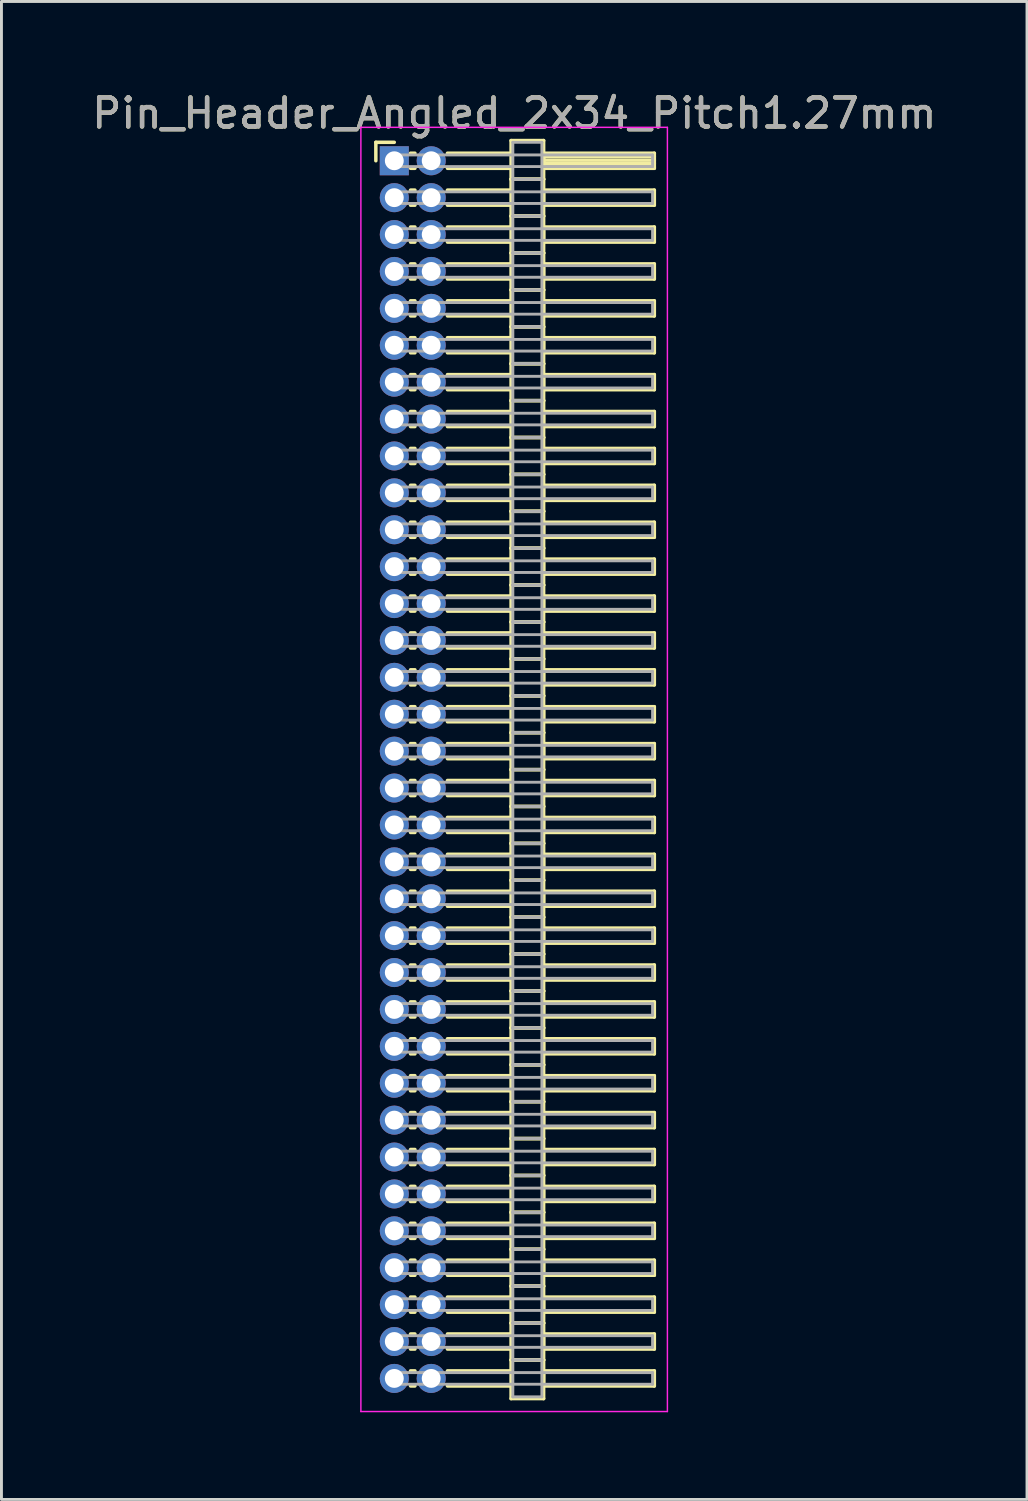
<source format=kicad_pcb>
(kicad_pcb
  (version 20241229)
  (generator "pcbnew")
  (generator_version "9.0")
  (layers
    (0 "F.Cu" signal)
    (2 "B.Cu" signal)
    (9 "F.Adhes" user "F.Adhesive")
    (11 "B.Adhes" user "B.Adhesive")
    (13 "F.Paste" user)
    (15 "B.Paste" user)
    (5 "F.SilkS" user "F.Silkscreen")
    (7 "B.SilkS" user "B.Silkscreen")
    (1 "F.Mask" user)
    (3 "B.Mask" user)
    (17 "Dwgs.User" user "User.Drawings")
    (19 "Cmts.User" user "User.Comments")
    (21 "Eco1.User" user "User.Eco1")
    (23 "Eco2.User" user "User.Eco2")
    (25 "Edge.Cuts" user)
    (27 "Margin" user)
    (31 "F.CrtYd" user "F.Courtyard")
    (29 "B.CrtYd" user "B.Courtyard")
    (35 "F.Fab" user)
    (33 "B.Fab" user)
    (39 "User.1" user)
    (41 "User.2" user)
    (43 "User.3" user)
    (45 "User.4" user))
  (footprint "Pin_Header_Angled_2x34_Pitch1.27mm"
    (layer "F.Cu")
    (at 10.521 2.483)
    (property "Reference" "Pin_Header_Angled_2x34_Pitch1.27mm" (at 4.128 -1.635 0) (layer "F.SilkS") (effects (font (size 1 1) (thickness 0.15))))
    (attr through_hole)
    (fp_line (start -0.635 -0.635) (end 0 -0.635) (stroke (width 0.12) (type solid)) (layer "F.SilkS"))
    (fp_line (start -0.635 0) (end -0.635 -0.635) (stroke (width 0.12) (type solid)) (layer "F.SilkS"))
    (fp_line (start 0.56 -0.26) (end 0.71 -0.26) (stroke (width 0.12) (type solid)) (layer "F.SilkS"))
    (fp_line (start 0.56 0.26) (end 0.71 0.26) (stroke (width 0.12) (type solid)) (layer "F.SilkS"))
    (fp_line (start 0.56 1.01) (end 0.71 1.01) (stroke (width 0.12) (type solid)) (layer "F.SilkS"))
    (fp_line (start 0.56 1.53) (end 0.71 1.53) (stroke (width 0.12) (type solid)) (layer "F.SilkS"))
    (fp_line (start 0.56 2.28) (end 0.71 2.28) (stroke (width 0.12) (type solid)) (layer "F.SilkS"))
    (fp_line (start 0.56 2.8) (end 0.71 2.8) (stroke (width 0.12) (type solid)) (layer "F.SilkS"))
    (fp_line (start 0.56 3.55) (end 0.71 3.55) (stroke (width 0.12) (type solid)) (layer "F.SilkS"))
    (fp_line (start 0.56 4.07) (end 0.71 4.07) (stroke (width 0.12) (type solid)) (layer "F.SilkS"))
    (fp_line (start 0.56 4.82) (end 0.71 4.82) (stroke (width 0.12) (type solid)) (layer "F.SilkS"))
    (fp_line (start 0.56 5.34) (end 0.71 5.34) (stroke (width 0.12) (type solid)) (layer "F.SilkS"))
    (fp_line (start 0.56 6.09) (end 0.71 6.09) (stroke (width 0.12) (type solid)) (layer "F.SilkS"))
    (fp_line (start 0.56 6.61) (end 0.71 6.61) (stroke (width 0.12) (type solid)) (layer "F.SilkS"))
    (fp_line (start 0.56 7.36) (end 0.71 7.36) (stroke (width 0.12) (type solid)) (layer "F.SilkS"))
    (fp_line (start 0.56 7.88) (end 0.71 7.88) (stroke (width 0.12) (type solid)) (layer "F.SilkS"))
    (fp_line (start 0.56 8.63) (end 0.71 8.63) (stroke (width 0.12) (type solid)) (layer "F.SilkS"))
    (fp_line (start 0.56 9.15) (end 0.71 9.15) (stroke (width 0.12) (type solid)) (layer "F.SilkS"))
    (fp_line (start 0.56 9.9) (end 0.71 9.9) (stroke (width 0.12) (type solid)) (layer "F.SilkS"))
    (fp_line (start 0.56 10.42) (end 0.71 10.42) (stroke (width 0.12) (type solid)) (layer "F.SilkS"))
    (fp_line (start 0.56 11.17) (end 0.71 11.17) (stroke (width 0.12) (type solid)) (layer "F.SilkS"))
    (fp_line (start 0.56 11.69) (end 0.71 11.69) (stroke (width 0.12) (type solid)) (layer "F.SilkS"))
    (fp_line (start 0.56 12.44) (end 0.71 12.44) (stroke (width 0.12) (type solid)) (layer "F.SilkS"))
    (fp_line (start 0.56 12.96) (end 0.71 12.96) (stroke (width 0.12) (type solid)) (layer "F.SilkS"))
    (fp_line (start 0.56 13.71) (end 0.71 13.71) (stroke (width 0.12) (type solid)) (layer "F.SilkS"))
    (fp_line (start 0.56 14.23) (end 0.71 14.23) (stroke (width 0.12) (type solid)) (layer "F.SilkS"))
    (fp_line (start 0.56 14.98) (end 0.71 14.98) (stroke (width 0.12) (type solid)) (layer "F.SilkS"))
    (fp_line (start 0.56 15.5) (end 0.71 15.5) (stroke (width 0.12) (type solid)) (layer "F.SilkS"))
    (fp_line (start 0.56 16.25) (end 0.71 16.25) (stroke (width 0.12) (type solid)) (layer "F.SilkS"))
    (fp_line (start 0.56 16.77) (end 0.71 16.77) (stroke (width 0.12) (type solid)) (layer "F.SilkS"))
    (fp_line (start 0.56 17.52) (end 0.71 17.52) (stroke (width 0.12) (type solid)) (layer "F.SilkS"))
    (fp_line (start 0.56 18.04) (end 0.71 18.04) (stroke (width 0.12) (type solid)) (layer "F.SilkS"))
    (fp_line (start 0.56 18.79) (end 0.71 18.79) (stroke (width 0.12) (type solid)) (layer "F.SilkS"))
    (fp_line (start 0.56 19.31) (end 0.71 19.31) (stroke (width 0.12) (type solid)) (layer "F.SilkS"))
    (fp_line (start 0.56 20.06) (end 0.71 20.06) (stroke (width 0.12) (type solid)) (layer "F.SilkS"))
    (fp_line (start 0.56 20.58) (end 0.71 20.58) (stroke (width 0.12) (type solid)) (layer "F.SilkS"))
    (fp_line (start 0.56 21.33) (end 0.71 21.33) (stroke (width 0.12) (type solid)) (layer "F.SilkS"))
    (fp_line (start 0.56 21.85) (end 0.71 21.85) (stroke (width 0.12) (type solid)) (layer "F.SilkS"))
    (fp_line (start 0.56 22.6) (end 0.71 22.6) (stroke (width 0.12) (type solid)) (layer "F.SilkS"))
    (fp_line (start 0.56 23.12) (end 0.71 23.12) (stroke (width 0.12) (type solid)) (layer "F.SilkS"))
    (fp_line (start 0.56 23.87) (end 0.71 23.87) (stroke (width 0.12) (type solid)) (layer "F.SilkS"))
    (fp_line (start 0.56 24.39) (end 0.71 24.39) (stroke (width 0.12) (type solid)) (layer "F.SilkS"))
    (fp_line (start 0.56 25.14) (end 0.71 25.14) (stroke (width 0.12) (type solid)) (layer "F.SilkS"))
    (fp_line (start 0.56 25.66) (end 0.71 25.66) (stroke (width 0.12) (type solid)) (layer "F.SilkS"))
    (fp_line (start 0.56 26.41) (end 0.71 26.41) (stroke (width 0.12) (type solid)) (layer "F.SilkS"))
    (fp_line (start 0.56 26.93) (end 0.71 26.93) (stroke (width 0.12) (type solid)) (layer "F.SilkS"))
    (fp_line (start 0.56 27.68) (end 0.71 27.68) (stroke (width 0.12) (type solid)) (layer "F.SilkS"))
    (fp_line (start 0.56 28.2) (end 0.71 28.2) (stroke (width 0.12) (type solid)) (layer "F.SilkS"))
    (fp_line (start 0.56 28.95) (end 0.71 28.95) (stroke (width 0.12) (type solid)) (layer "F.SilkS"))
    (fp_line (start 0.56 29.47) (end 0.71 29.47) (stroke (width 0.12) (type solid)) (layer "F.SilkS"))
    (fp_line (start 0.56 30.22) (end 0.71 30.22) (stroke (width 0.12) (type solid)) (layer "F.SilkS"))
    (fp_line (start 0.56 30.74) (end 0.71 30.74) (stroke (width 0.12) (type solid)) (layer "F.SilkS"))
    (fp_line (start 0.56 31.49) (end 0.71 31.49) (stroke (width 0.12) (type solid)) (layer "F.SilkS"))
    (fp_line (start 0.56 32.01) (end 0.71 32.01) (stroke (width 0.12) (type solid)) (layer "F.SilkS"))
    (fp_line (start 0.56 32.76) (end 0.71 32.76) (stroke (width 0.12) (type solid)) (layer "F.SilkS"))
    (fp_line (start 0.56 33.28) (end 0.71 33.28) (stroke (width 0.12) (type solid)) (layer "F.SilkS"))
    (fp_line (start 0.56 34.03) (end 0.71 34.03) (stroke (width 0.12) (type solid)) (layer "F.SilkS"))
    (fp_line (start 0.56 34.55) (end 0.71 34.55) (stroke (width 0.12) (type solid)) (layer "F.SilkS"))
    (fp_line (start 0.56 35.3) (end 0.71 35.3) (stroke (width 0.12) (type solid)) (layer "F.SilkS"))
    (fp_line (start 0.56 35.82) (end 0.71 35.82) (stroke (width 0.12) (type solid)) (layer "F.SilkS"))
    (fp_line (start 0.56 36.57) (end 0.71 36.57) (stroke (width 0.12) (type solid)) (layer "F.SilkS"))
    (fp_line (start 0.56 37.09) (end 0.71 37.09) (stroke (width 0.12) (type solid)) (layer "F.SilkS"))
    (fp_line (start 0.56 37.84) (end 0.71 37.84) (stroke (width 0.12) (type solid)) (layer "F.SilkS"))
    (fp_line (start 0.56 38.36) (end 0.71 38.36) (stroke (width 0.12) (type solid)) (layer "F.SilkS"))
    (fp_line (start 0.56 39.11) (end 0.71 39.11) (stroke (width 0.12) (type solid)) (layer "F.SilkS"))
    (fp_line (start 0.56 39.63) (end 0.71 39.63) (stroke (width 0.12) (type solid)) (layer "F.SilkS"))
    (fp_line (start 0.56 40.38) (end 0.71 40.38) (stroke (width 0.12) (type solid)) (layer "F.SilkS"))
    (fp_line (start 0.56 40.9) (end 0.71 40.9) (stroke (width 0.12) (type solid)) (layer "F.SilkS"))
    (fp_line (start 0.56 41.65) (end 0.71 41.65) (stroke (width 0.12) (type solid)) (layer "F.SilkS"))
    (fp_line (start 0.56 42.17) (end 0.71 42.17) (stroke (width 0.12) (type solid)) (layer "F.SilkS"))
    (fp_line (start 1.83 -0.26) (end 4.02 -0.26) (stroke (width 0.12) (type solid)) (layer "F.SilkS"))
    (fp_line (start 1.83 0.26) (end 4.02 0.26) (stroke (width 0.12) (type solid)) (layer "F.SilkS"))
    (fp_line (start 1.83 1.01) (end 4.02 1.01) (stroke (width 0.12) (type solid)) (layer "F.SilkS"))
    (fp_line (start 1.83 1.53) (end 4.02 1.53) (stroke (width 0.12) (type solid)) (layer "F.SilkS"))
    (fp_line (start 1.83 2.28) (end 4.02 2.28) (stroke (width 0.12) (type solid)) (layer "F.SilkS"))
    (fp_line (start 1.83 2.8) (end 4.02 2.8) (stroke (width 0.12) (type solid)) (layer "F.SilkS"))
    (fp_line (start 1.83 3.55) (end 4.02 3.55) (stroke (width 0.12) (type solid)) (layer "F.SilkS"))
    (fp_line (start 1.83 4.07) (end 4.02 4.07) (stroke (width 0.12) (type solid)) (layer "F.SilkS"))
    (fp_line (start 1.83 4.82) (end 4.02 4.82) (stroke (width 0.12) (type solid)) (layer "F.SilkS"))
    (fp_line (start 1.83 5.34) (end 4.02 5.34) (stroke (width 0.12) (type solid)) (layer "F.SilkS"))
    (fp_line (start 1.83 6.09) (end 4.02 6.09) (stroke (width 0.12) (type solid)) (layer "F.SilkS"))
    (fp_line (start 1.83 6.61) (end 4.02 6.61) (stroke (width 0.12) (type solid)) (layer "F.SilkS"))
    (fp_line (start 1.83 7.36) (end 4.02 7.36) (stroke (width 0.12) (type solid)) (layer "F.SilkS"))
    (fp_line (start 1.83 7.88) (end 4.02 7.88) (stroke (width 0.12) (type solid)) (layer "F.SilkS"))
    (fp_line (start 1.83 8.63) (end 4.02 8.63) (stroke (width 0.12) (type solid)) (layer "F.SilkS"))
    (fp_line (start 1.83 9.15) (end 4.02 9.15) (stroke (width 0.12) (type solid)) (layer "F.SilkS"))
    (fp_line (start 1.83 9.9) (end 4.02 9.9) (stroke (width 0.12) (type solid)) (layer "F.SilkS"))
    (fp_line (start 1.83 10.42) (end 4.02 10.42) (stroke (width 0.12) (type solid)) (layer "F.SilkS"))
    (fp_line (start 1.83 11.17) (end 4.02 11.17) (stroke (width 0.12) (type solid)) (layer "F.SilkS"))
    (fp_line (start 1.83 11.69) (end 4.02 11.69) (stroke (width 0.12) (type solid)) (layer "F.SilkS"))
    (fp_line (start 1.83 12.44) (end 4.02 12.44) (stroke (width 0.12) (type solid)) (layer "F.SilkS"))
    (fp_line (start 1.83 12.96) (end 4.02 12.96) (stroke (width 0.12) (type solid)) (layer "F.SilkS"))
    (fp_line (start 1.83 13.71) (end 4.02 13.71) (stroke (width 0.12) (type solid)) (layer "F.SilkS"))
    (fp_line (start 1.83 14.23) (end 4.02 14.23) (stroke (width 0.12) (type solid)) (layer "F.SilkS"))
    (fp_line (start 1.83 14.98) (end 4.02 14.98) (stroke (width 0.12) (type solid)) (layer "F.SilkS"))
    (fp_line (start 1.83 15.5) (end 4.02 15.5) (stroke (width 0.12) (type solid)) (layer "F.SilkS"))
    (fp_line (start 1.83 16.25) (end 4.02 16.25) (stroke (width 0.12) (type solid)) (layer "F.SilkS"))
    (fp_line (start 1.83 16.77) (end 4.02 16.77) (stroke (width 0.12) (type solid)) (layer "F.SilkS"))
    (fp_line (start 1.83 17.52) (end 4.02 17.52) (stroke (width 0.12) (type solid)) (layer "F.SilkS"))
    (fp_line (start 1.83 18.04) (end 4.02 18.04) (stroke (width 0.12) (type solid)) (layer "F.SilkS"))
    (fp_line (start 1.83 18.79) (end 4.02 18.79) (stroke (width 0.12) (type solid)) (layer "F.SilkS"))
    (fp_line (start 1.83 19.31) (end 4.02 19.31) (stroke (width 0.12) (type solid)) (layer "F.SilkS"))
    (fp_line (start 1.83 20.06) (end 4.02 20.06) (stroke (width 0.12) (type solid)) (layer "F.SilkS"))
    (fp_line (start 1.83 20.58) (end 4.02 20.58) (stroke (width 0.12) (type solid)) (layer "F.SilkS"))
    (fp_line (start 1.83 21.33) (end 4.02 21.33) (stroke (width 0.12) (type solid)) (layer "F.SilkS"))
    (fp_line (start 1.83 21.85) (end 4.02 21.85) (stroke (width 0.12) (type solid)) (layer "F.SilkS"))
    (fp_line (start 1.83 22.6) (end 4.02 22.6) (stroke (width 0.12) (type solid)) (layer "F.SilkS"))
    (fp_line (start 1.83 23.12) (end 4.02 23.12) (stroke (width 0.12) (type solid)) (layer "F.SilkS"))
    (fp_line (start 1.83 23.87) (end 4.02 23.87) (stroke (width 0.12) (type solid)) (layer "F.SilkS"))
    (fp_line (start 1.83 24.39) (end 4.02 24.39) (stroke (width 0.12) (type solid)) (layer "F.SilkS"))
    (fp_line (start 1.83 25.14) (end 4.02 25.14) (stroke (width 0.12) (type solid)) (layer "F.SilkS"))
    (fp_line (start 1.83 25.66) (end 4.02 25.66) (stroke (width 0.12) (type solid)) (layer "F.SilkS"))
    (fp_line (start 1.83 26.41) (end 4.02 26.41) (stroke (width 0.12) (type solid)) (layer "F.SilkS"))
    (fp_line (start 1.83 26.93) (end 4.02 26.93) (stroke (width 0.12) (type solid)) (layer "F.SilkS"))
    (fp_line (start 1.83 27.68) (end 4.02 27.68) (stroke (width 0.12) (type solid)) (layer "F.SilkS"))
    (fp_line (start 1.83 28.2) (end 4.02 28.2) (stroke (width 0.12) (type solid)) (layer "F.SilkS"))
    (fp_line (start 1.83 28.95) (end 4.02 28.95) (stroke (width 0.12) (type solid)) (layer "F.SilkS"))
    (fp_line (start 1.83 29.47) (end 4.02 29.47) (stroke (width 0.12) (type solid)) (layer "F.SilkS"))
    (fp_line (start 1.83 30.22) (end 4.02 30.22) (stroke (width 0.12) (type solid)) (layer "F.SilkS"))
    (fp_line (start 1.83 30.74) (end 4.02 30.74) (stroke (width 0.12) (type solid)) (layer "F.SilkS"))
    (fp_line (start 1.83 31.49) (end 4.02 31.49) (stroke (width 0.12) (type solid)) (layer "F.SilkS"))
    (fp_line (start 1.83 32.01) (end 4.02 32.01) (stroke (width 0.12) (type solid)) (layer "F.SilkS"))
    (fp_line (start 1.83 32.76) (end 4.02 32.76) (stroke (width 0.12) (type solid)) (layer "F.SilkS"))
    (fp_line (start 1.83 33.28) (end 4.02 33.28) (stroke (width 0.12) (type solid)) (layer "F.SilkS"))
    (fp_line (start 1.83 34.03) (end 4.02 34.03) (stroke (width 0.12) (type solid)) (layer "F.SilkS"))
    (fp_line (start 1.83 34.55) (end 4.02 34.55) (stroke (width 0.12) (type solid)) (layer "F.SilkS"))
    (fp_line (start 1.83 35.3) (end 4.02 35.3) (stroke (width 0.12) (type solid)) (layer "F.SilkS"))
    (fp_line (start 1.83 35.82) (end 4.02 35.82) (stroke (width 0.12) (type solid)) (layer "F.SilkS"))
    (fp_line (start 1.83 36.57) (end 4.02 36.57) (stroke (width 0.12) (type solid)) (layer "F.SilkS"))
    (fp_line (start 1.83 37.09) (end 4.02 37.09) (stroke (width 0.12) (type solid)) (layer "F.SilkS"))
    (fp_line (start 1.83 37.84) (end 4.02 37.84) (stroke (width 0.12) (type solid)) (layer "F.SilkS"))
    (fp_line (start 1.83 38.36) (end 4.02 38.36) (stroke (width 0.12) (type solid)) (layer "F.SilkS"))
    (fp_line (start 1.83 39.11) (end 4.02 39.11) (stroke (width 0.12) (type solid)) (layer "F.SilkS"))
    (fp_line (start 1.83 39.63) (end 4.02 39.63) (stroke (width 0.12) (type solid)) (layer "F.SilkS"))
    (fp_line (start 1.83 40.38) (end 4.02 40.38) (stroke (width 0.12) (type solid)) (layer "F.SilkS"))
    (fp_line (start 1.83 40.9) (end 4.02 40.9) (stroke (width 0.12) (type solid)) (layer "F.SilkS"))
    (fp_line (start 1.83 41.65) (end 4.02 41.65) (stroke (width 0.12) (type solid)) (layer "F.SilkS"))
    (fp_line (start 1.83 42.17) (end 4.02 42.17) (stroke (width 0.12) (type solid)) (layer "F.SilkS"))
    (fp_line (start 4.02 -0.695) (end 4.02 0.635) (stroke (width 0.12) (type solid)) (layer "F.SilkS"))
    (fp_line (start 4.02 0.635) (end 4.02 1.905) (stroke (width 0.12) (type solid)) (layer "F.SilkS"))
    (fp_line (start 4.02 0.635) (end 5.14 0.635) (stroke (width 0.12) (type solid)) (layer "F.SilkS"))
    (fp_line (start 4.02 1.905) (end 4.02 3.175) (stroke (width 0.12) (type solid)) (layer "F.SilkS"))
    (fp_line (start 4.02 1.905) (end 5.14 1.905) (stroke (width 0.12) (type solid)) (layer "F.SilkS"))
    (fp_line (start 4.02 3.175) (end 4.02 4.445) (stroke (width 0.12) (type solid)) (layer "F.SilkS"))
    (fp_line (start 4.02 3.175) (end 5.14 3.175) (stroke (width 0.12) (type solid)) (layer "F.SilkS"))
    (fp_line (start 4.02 4.445) (end 4.02 5.715) (stroke (width 0.12) (type solid)) (layer "F.SilkS"))
    (fp_line (start 4.02 4.445) (end 5.14 4.445) (stroke (width 0.12) (type solid)) (layer "F.SilkS"))
    (fp_line (start 4.02 5.715) (end 4.02 6.985) (stroke (width 0.12) (type solid)) (layer "F.SilkS"))
    (fp_line (start 4.02 5.715) (end 5.14 5.715) (stroke (width 0.12) (type solid)) (layer "F.SilkS"))
    (fp_line (start 4.02 6.985) (end 4.02 8.255) (stroke (width 0.12) (type solid)) (layer "F.SilkS"))
    (fp_line (start 4.02 6.985) (end 5.14 6.985) (stroke (width 0.12) (type solid)) (layer "F.SilkS"))
    (fp_line (start 4.02 8.255) (end 4.02 9.525) (stroke (width 0.12) (type solid)) (layer "F.SilkS"))
    (fp_line (start 4.02 8.255) (end 5.14 8.255) (stroke (width 0.12) (type solid)) (layer "F.SilkS"))
    (fp_line (start 4.02 9.525) (end 4.02 10.795) (stroke (width 0.12) (type solid)) (layer "F.SilkS"))
    (fp_line (start 4.02 9.525) (end 5.14 9.525) (stroke (width 0.12) (type solid)) (layer "F.SilkS"))
    (fp_line (start 4.02 10.795) (end 4.02 12.065) (stroke (width 0.12) (type solid)) (layer "F.SilkS"))
    (fp_line (start 4.02 10.795) (end 5.14 10.795) (stroke (width 0.12) (type solid)) (layer "F.SilkS"))
    (fp_line (start 4.02 12.065) (end 4.02 13.335) (stroke (width 0.12) (type solid)) (layer "F.SilkS"))
    (fp_line (start 4.02 12.065) (end 5.14 12.065) (stroke (width 0.12) (type solid)) (layer "F.SilkS"))
    (fp_line (start 4.02 13.335) (end 4.02 14.605) (stroke (width 0.12) (type solid)) (layer "F.SilkS"))
    (fp_line (start 4.02 13.335) (end 5.14 13.335) (stroke (width 0.12) (type solid)) (layer "F.SilkS"))
    (fp_line (start 4.02 14.605) (end 4.02 15.875) (stroke (width 0.12) (type solid)) (layer "F.SilkS"))
    (fp_line (start 4.02 14.605) (end 5.14 14.605) (stroke (width 0.12) (type solid)) (layer "F.SilkS"))
    (fp_line (start 4.02 15.875) (end 4.02 17.145) (stroke (width 0.12) (type solid)) (layer "F.SilkS"))
    (fp_line (start 4.02 15.875) (end 5.14 15.875) (stroke (width 0.12) (type solid)) (layer "F.SilkS"))
    (fp_line (start 4.02 17.145) (end 4.02 18.415) (stroke (width 0.12) (type solid)) (layer "F.SilkS"))
    (fp_line (start 4.02 17.145) (end 5.14 17.145) (stroke (width 0.12) (type solid)) (layer "F.SilkS"))
    (fp_line (start 4.02 18.415) (end 4.02 19.685) (stroke (width 0.12) (type solid)) (layer "F.SilkS"))
    (fp_line (start 4.02 18.415) (end 5.14 18.415) (stroke (width 0.12) (type solid)) (layer "F.SilkS"))
    (fp_line (start 4.02 19.685) (end 4.02 20.955) (stroke (width 0.12) (type solid)) (layer "F.SilkS"))
    (fp_line (start 4.02 19.685) (end 5.14 19.685) (stroke (width 0.12) (type solid)) (layer "F.SilkS"))
    (fp_line (start 4.02 20.955) (end 4.02 22.225) (stroke (width 0.12) (type solid)) (layer "F.SilkS"))
    (fp_line (start 4.02 20.955) (end 5.14 20.955) (stroke (width 0.12) (type solid)) (layer "F.SilkS"))
    (fp_line (start 4.02 22.225) (end 4.02 23.495) (stroke (width 0.12) (type solid)) (layer "F.SilkS"))
    (fp_line (start 4.02 22.225) (end 5.14 22.225) (stroke (width 0.12) (type solid)) (layer "F.SilkS"))
    (fp_line (start 4.02 23.495) (end 4.02 24.765) (stroke (width 0.12) (type solid)) (layer "F.SilkS"))
    (fp_line (start 4.02 23.495) (end 5.14 23.495) (stroke (width 0.12) (type solid)) (layer "F.SilkS"))
    (fp_line (start 4.02 24.765) (end 4.02 26.035) (stroke (width 0.12) (type solid)) (layer "F.SilkS"))
    (fp_line (start 4.02 24.765) (end 5.14 24.765) (stroke (width 0.12) (type solid)) (layer "F.SilkS"))
    (fp_line (start 4.02 26.035) (end 4.02 27.305) (stroke (width 0.12) (type solid)) (layer "F.SilkS"))
    (fp_line (start 4.02 26.035) (end 5.14 26.035) (stroke (width 0.12) (type solid)) (layer "F.SilkS"))
    (fp_line (start 4.02 27.305) (end 4.02 28.575) (stroke (width 0.12) (type solid)) (layer "F.SilkS"))
    (fp_line (start 4.02 27.305) (end 5.14 27.305) (stroke (width 0.12) (type solid)) (layer "F.SilkS"))
    (fp_line (start 4.02 28.575) (end 4.02 29.845) (stroke (width 0.12) (type solid)) (layer "F.SilkS"))
    (fp_line (start 4.02 28.575) (end 5.14 28.575) (stroke (width 0.12) (type solid)) (layer "F.SilkS"))
    (fp_line (start 4.02 29.845) (end 4.02 31.115) (stroke (width 0.12) (type solid)) (layer "F.SilkS"))
    (fp_line (start 4.02 29.845) (end 5.14 29.845) (stroke (width 0.12) (type solid)) (layer "F.SilkS"))
    (fp_line (start 4.02 31.115) (end 4.02 32.385) (stroke (width 0.12) (type solid)) (layer "F.SilkS"))
    (fp_line (start 4.02 31.115) (end 5.14 31.115) (stroke (width 0.12) (type solid)) (layer "F.SilkS"))
    (fp_line (start 4.02 32.385) (end 4.02 33.655) (stroke (width 0.12) (type solid)) (layer "F.SilkS"))
    (fp_line (start 4.02 32.385) (end 5.14 32.385) (stroke (width 0.12) (type solid)) (layer "F.SilkS"))
    (fp_line (start 4.02 33.655) (end 4.02 34.925) (stroke (width 0.12) (type solid)) (layer "F.SilkS"))
    (fp_line (start 4.02 33.655) (end 5.14 33.655) (stroke (width 0.12) (type solid)) (layer "F.SilkS"))
    (fp_line (start 4.02 34.925) (end 4.02 36.195) (stroke (width 0.12) (type solid)) (layer "F.SilkS"))
    (fp_line (start 4.02 34.925) (end 5.14 34.925) (stroke (width 0.12) (type solid)) (layer "F.SilkS"))
    (fp_line (start 4.02 36.195) (end 4.02 37.465) (stroke (width 0.12) (type solid)) (layer "F.SilkS"))
    (fp_line (start 4.02 36.195) (end 5.14 36.195) (stroke (width 0.12) (type solid)) (layer "F.SilkS"))
    (fp_line (start 4.02 37.465) (end 4.02 38.735) (stroke (width 0.12) (type solid)) (layer "F.SilkS"))
    (fp_line (start 4.02 37.465) (end 5.14 37.465) (stroke (width 0.12) (type solid)) (layer "F.SilkS"))
    (fp_line (start 4.02 38.735) (end 4.02 40.005) (stroke (width 0.12) (type solid)) (layer "F.SilkS"))
    (fp_line (start 4.02 38.735) (end 5.14 38.735) (stroke (width 0.12) (type solid)) (layer "F.SilkS"))
    (fp_line (start 4.02 40.005) (end 4.02 41.275) (stroke (width 0.12) (type solid)) (layer "F.SilkS"))
    (fp_line (start 4.02 40.005) (end 5.14 40.005) (stroke (width 0.12) (type solid)) (layer "F.SilkS"))
    (fp_line (start 4.02 41.275) (end 4.02 42.605) (stroke (width 0.12) (type solid)) (layer "F.SilkS"))
    (fp_line (start 4.02 41.275) (end 5.14 41.275) (stroke (width 0.12) (type solid)) (layer "F.SilkS"))
    (fp_line (start 4.02 42.605) (end 5.14 42.605) (stroke (width 0.12) (type solid)) (layer "F.SilkS"))
    (fp_line (start 5.14 -0.695) (end 4.02 -0.695) (stroke (width 0.12) (type solid)) (layer "F.SilkS"))
    (fp_line (start 5.14 -0.26) (end 5.14 0.26) (stroke (width 0.12) (type solid)) (layer "F.SilkS"))
    (fp_line (start 5.14 -0.14) (end 8.95 -0.14) (stroke (width 0.12) (type solid)) (layer "F.SilkS"))
    (fp_line (start 5.14 -0.02) (end 8.95 -0.02) (stroke (width 0.12) (type solid)) (layer "F.SilkS"))
    (fp_line (start 5.14 0.1) (end 8.95 0.1) (stroke (width 0.12) (type solid)) (layer "F.SilkS"))
    (fp_line (start 5.14 0.22) (end 8.95 0.22) (stroke (width 0.12) (type solid)) (layer "F.SilkS"))
    (fp_line (start 5.14 0.26) (end 8.95 0.26) (stroke (width 0.12) (type solid)) (layer "F.SilkS"))
    (fp_line (start 5.14 0.635) (end 4.02 0.635) (stroke (width 0.12) (type solid)) (layer "F.SilkS"))
    (fp_line (start 5.14 0.635) (end 5.14 -0.695) (stroke (width 0.12) (type solid)) (layer "F.SilkS"))
    (fp_line (start 5.14 1.01) (end 5.14 1.53) (stroke (width 0.12) (type solid)) (layer "F.SilkS"))
    (fp_line (start 5.14 1.53) (end 8.95 1.53) (stroke (width 0.12) (type solid)) (layer "F.SilkS"))
    (fp_line (start 5.14 1.905) (end 4.02 1.905) (stroke (width 0.12) (type solid)) (layer "F.SilkS"))
    (fp_line (start 5.14 1.905) (end 5.14 0.635) (stroke (width 0.12) (type solid)) (layer "F.SilkS"))
    (fp_line (start 5.14 2.28) (end 5.14 2.8) (stroke (width 0.12) (type solid)) (layer "F.SilkS"))
    (fp_line (start 5.14 2.8) (end 8.95 2.8) (stroke (width 0.12) (type solid)) (layer "F.SilkS"))
    (fp_line (start 5.14 3.175) (end 4.02 3.175) (stroke (width 0.12) (type solid)) (layer "F.SilkS"))
    (fp_line (start 5.14 3.175) (end 5.14 1.905) (stroke (width 0.12) (type solid)) (layer "F.SilkS"))
    (fp_line (start 5.14 3.55) (end 5.14 4.07) (stroke (width 0.12) (type solid)) (layer "F.SilkS"))
    (fp_line (start 5.14 4.07) (end 8.95 4.07) (stroke (width 0.12) (type solid)) (layer "F.SilkS"))
    (fp_line (start 5.14 4.445) (end 4.02 4.445) (stroke (width 0.12) (type solid)) (layer "F.SilkS"))
    (fp_line (start 5.14 4.445) (end 5.14 3.175) (stroke (width 0.12) (type solid)) (layer "F.SilkS"))
    (fp_line (start 5.14 4.82) (end 5.14 5.34) (stroke (width 0.12) (type solid)) (layer "F.SilkS"))
    (fp_line (start 5.14 5.34) (end 8.95 5.34) (stroke (width 0.12) (type solid)) (layer "F.SilkS"))
    (fp_line (start 5.14 5.715) (end 4.02 5.715) (stroke (width 0.12) (type solid)) (layer "F.SilkS"))
    (fp_line (start 5.14 5.715) (end 5.14 4.445) (stroke (width 0.12) (type solid)) (layer "F.SilkS"))
    (fp_line (start 5.14 6.09) (end 5.14 6.61) (stroke (width 0.12) (type solid)) (layer "F.SilkS"))
    (fp_line (start 5.14 6.61) (end 8.95 6.61) (stroke (width 0.12) (type solid)) (layer "F.SilkS"))
    (fp_line (start 5.14 6.985) (end 4.02 6.985) (stroke (width 0.12) (type solid)) (layer "F.SilkS"))
    (fp_line (start 5.14 6.985) (end 5.14 5.715) (stroke (width 0.12) (type solid)) (layer "F.SilkS"))
    (fp_line (start 5.14 7.36) (end 5.14 7.88) (stroke (width 0.12) (type solid)) (layer "F.SilkS"))
    (fp_line (start 5.14 7.88) (end 8.95 7.88) (stroke (width 0.12) (type solid)) (layer "F.SilkS"))
    (fp_line (start 5.14 8.255) (end 4.02 8.255) (stroke (width 0.12) (type solid)) (layer "F.SilkS"))
    (fp_line (start 5.14 8.255) (end 5.14 6.985) (stroke (width 0.12) (type solid)) (layer "F.SilkS"))
    (fp_line (start 5.14 8.63) (end 5.14 9.15) (stroke (width 0.12) (type solid)) (layer "F.SilkS"))
    (fp_line (start 5.14 9.15) (end 8.95 9.15) (stroke (width 0.12) (type solid)) (layer "F.SilkS"))
    (fp_line (start 5.14 9.525) (end 4.02 9.525) (stroke (width 0.12) (type solid)) (layer "F.SilkS"))
    (fp_line (start 5.14 9.525) (end 5.14 8.255) (stroke (width 0.12) (type solid)) (layer "F.SilkS"))
    (fp_line (start 5.14 9.9) (end 5.14 10.42) (stroke (width 0.12) (type solid)) (layer "F.SilkS"))
    (fp_line (start 5.14 10.42) (end 8.95 10.42) (stroke (width 0.12) (type solid)) (layer "F.SilkS"))
    (fp_line (start 5.14 10.795) (end 4.02 10.795) (stroke (width 0.12) (type solid)) (layer "F.SilkS"))
    (fp_line (start 5.14 10.795) (end 5.14 9.525) (stroke (width 0.12) (type solid)) (layer "F.SilkS"))
    (fp_line (start 5.14 11.17) (end 5.14 11.69) (stroke (width 0.12) (type solid)) (layer "F.SilkS"))
    (fp_line (start 5.14 11.69) (end 8.95 11.69) (stroke (width 0.12) (type solid)) (layer "F.SilkS"))
    (fp_line (start 5.14 12.065) (end 4.02 12.065) (stroke (width 0.12) (type solid)) (layer "F.SilkS"))
    (fp_line (start 5.14 12.065) (end 5.14 10.795) (stroke (width 0.12) (type solid)) (layer "F.SilkS"))
    (fp_line (start 5.14 12.44) (end 5.14 12.96) (stroke (width 0.12) (type solid)) (layer "F.SilkS"))
    (fp_line (start 5.14 12.96) (end 8.95 12.96) (stroke (width 0.12) (type solid)) (layer "F.SilkS"))
    (fp_line (start 5.14 13.335) (end 4.02 13.335) (stroke (width 0.12) (type solid)) (layer "F.SilkS"))
    (fp_line (start 5.14 13.335) (end 5.14 12.065) (stroke (width 0.12) (type solid)) (layer "F.SilkS"))
    (fp_line (start 5.14 13.71) (end 5.14 14.23) (stroke (width 0.12) (type solid)) (layer "F.SilkS"))
    (fp_line (start 5.14 14.23) (end 8.95 14.23) (stroke (width 0.12) (type solid)) (layer "F.SilkS"))
    (fp_line (start 5.14 14.605) (end 4.02 14.605) (stroke (width 0.12) (type solid)) (layer "F.SilkS"))
    (fp_line (start 5.14 14.605) (end 5.14 13.335) (stroke (width 0.12) (type solid)) (layer "F.SilkS"))
    (fp_line (start 5.14 14.98) (end 5.14 15.5) (stroke (width 0.12) (type solid)) (layer "F.SilkS"))
    (fp_line (start 5.14 15.5) (end 8.95 15.5) (stroke (width 0.12) (type solid)) (layer "F.SilkS"))
    (fp_line (start 5.14 15.875) (end 4.02 15.875) (stroke (width 0.12) (type solid)) (layer "F.SilkS"))
    (fp_line (start 5.14 15.875) (end 5.14 14.605) (stroke (width 0.12) (type solid)) (layer "F.SilkS"))
    (fp_line (start 5.14 16.25) (end 5.14 16.77) (stroke (width 0.12) (type solid)) (layer "F.SilkS"))
    (fp_line (start 5.14 16.77) (end 8.95 16.77) (stroke (width 0.12) (type solid)) (layer "F.SilkS"))
    (fp_line (start 5.14 17.145) (end 4.02 17.145) (stroke (width 0.12) (type solid)) (layer "F.SilkS"))
    (fp_line (start 5.14 17.145) (end 5.14 15.875) (stroke (width 0.12) (type solid)) (layer "F.SilkS"))
    (fp_line (start 5.14 17.52) (end 5.14 18.04) (stroke (width 0.12) (type solid)) (layer "F.SilkS"))
    (fp_line (start 5.14 18.04) (end 8.95 18.04) (stroke (width 0.12) (type solid)) (layer "F.SilkS"))
    (fp_line (start 5.14 18.415) (end 4.02 18.415) (stroke (width 0.12) (type solid)) (layer "F.SilkS"))
    (fp_line (start 5.14 18.415) (end 5.14 17.145) (stroke (width 0.12) (type solid)) (layer "F.SilkS"))
    (fp_line (start 5.14 18.79) (end 5.14 19.31) (stroke (width 0.12) (type solid)) (layer "F.SilkS"))
    (fp_line (start 5.14 19.31) (end 8.95 19.31) (stroke (width 0.12) (type solid)) (layer "F.SilkS"))
    (fp_line (start 5.14 19.685) (end 4.02 19.685) (stroke (width 0.12) (type solid)) (layer "F.SilkS"))
    (fp_line (start 5.14 19.685) (end 5.14 18.415) (stroke (width 0.12) (type solid)) (layer "F.SilkS"))
    (fp_line (start 5.14 20.06) (end 5.14 20.58) (stroke (width 0.12) (type solid)) (layer "F.SilkS"))
    (fp_line (start 5.14 20.58) (end 8.95 20.58) (stroke (width 0.12) (type solid)) (layer "F.SilkS"))
    (fp_line (start 5.14 20.955) (end 4.02 20.955) (stroke (width 0.12) (type solid)) (layer "F.SilkS"))
    (fp_line (start 5.14 20.955) (end 5.14 19.685) (stroke (width 0.12) (type solid)) (layer "F.SilkS"))
    (fp_line (start 5.14 21.33) (end 5.14 21.85) (stroke (width 0.12) (type solid)) (layer "F.SilkS"))
    (fp_line (start 5.14 21.85) (end 8.95 21.85) (stroke (width 0.12) (type solid)) (layer "F.SilkS"))
    (fp_line (start 5.14 22.225) (end 4.02 22.225) (stroke (width 0.12) (type solid)) (layer "F.SilkS"))
    (fp_line (start 5.14 22.225) (end 5.14 20.955) (stroke (width 0.12) (type solid)) (layer "F.SilkS"))
    (fp_line (start 5.14 22.6) (end 5.14 23.12) (stroke (width 0.12) (type solid)) (layer "F.SilkS"))
    (fp_line (start 5.14 23.12) (end 8.95 23.12) (stroke (width 0.12) (type solid)) (layer "F.SilkS"))
    (fp_line (start 5.14 23.495) (end 4.02 23.495) (stroke (width 0.12) (type solid)) (layer "F.SilkS"))
    (fp_line (start 5.14 23.495) (end 5.14 22.225) (stroke (width 0.12) (type solid)) (layer "F.SilkS"))
    (fp_line (start 5.14 23.87) (end 5.14 24.39) (stroke (width 0.12) (type solid)) (layer "F.SilkS"))
    (fp_line (start 5.14 24.39) (end 8.95 24.39) (stroke (width 0.12) (type solid)) (layer "F.SilkS"))
    (fp_line (start 5.14 24.765) (end 4.02 24.765) (stroke (width 0.12) (type solid)) (layer "F.SilkS"))
    (fp_line (start 5.14 24.765) (end 5.14 23.495) (stroke (width 0.12) (type solid)) (layer "F.SilkS"))
    (fp_line (start 5.14 25.14) (end 5.14 25.66) (stroke (width 0.12) (type solid)) (layer "F.SilkS"))
    (fp_line (start 5.14 25.66) (end 8.95 25.66) (stroke (width 0.12) (type solid)) (layer "F.SilkS"))
    (fp_line (start 5.14 26.035) (end 4.02 26.035) (stroke (width 0.12) (type solid)) (layer "F.SilkS"))
    (fp_line (start 5.14 26.035) (end 5.14 24.765) (stroke (width 0.12) (type solid)) (layer "F.SilkS"))
    (fp_line (start 5.14 26.41) (end 5.14 26.93) (stroke (width 0.12) (type solid)) (layer "F.SilkS"))
    (fp_line (start 5.14 26.93) (end 8.95 26.93) (stroke (width 0.12) (type solid)) (layer "F.SilkS"))
    (fp_line (start 5.14 27.305) (end 4.02 27.305) (stroke (width 0.12) (type solid)) (layer "F.SilkS"))
    (fp_line (start 5.14 27.305) (end 5.14 26.035) (stroke (width 0.12) (type solid)) (layer "F.SilkS"))
    (fp_line (start 5.14 27.68) (end 5.14 28.2) (stroke (width 0.12) (type solid)) (layer "F.SilkS"))
    (fp_line (start 5.14 28.2) (end 8.95 28.2) (stroke (width 0.12) (type solid)) (layer "F.SilkS"))
    (fp_line (start 5.14 28.575) (end 4.02 28.575) (stroke (width 0.12) (type solid)) (layer "F.SilkS"))
    (fp_line (start 5.14 28.575) (end 5.14 27.305) (stroke (width 0.12) (type solid)) (layer "F.SilkS"))
    (fp_line (start 5.14 28.95) (end 5.14 29.47) (stroke (width 0.12) (type solid)) (layer "F.SilkS"))
    (fp_line (start 5.14 29.47) (end 8.95 29.47) (stroke (width 0.12) (type solid)) (layer "F.SilkS"))
    (fp_line (start 5.14 29.845) (end 4.02 29.845) (stroke (width 0.12) (type solid)) (layer "F.SilkS"))
    (fp_line (start 5.14 29.845) (end 5.14 28.575) (stroke (width 0.12) (type solid)) (layer "F.SilkS"))
    (fp_line (start 5.14 30.22) (end 5.14 30.74) (stroke (width 0.12) (type solid)) (layer "F.SilkS"))
    (fp_line (start 5.14 30.74) (end 8.95 30.74) (stroke (width 0.12) (type solid)) (layer "F.SilkS"))
    (fp_line (start 5.14 31.115) (end 4.02 31.115) (stroke (width 0.12) (type solid)) (layer "F.SilkS"))
    (fp_line (start 5.14 31.115) (end 5.14 29.845) (stroke (width 0.12) (type solid)) (layer "F.SilkS"))
    (fp_line (start 5.14 31.49) (end 5.14 32.01) (stroke (width 0.12) (type solid)) (layer "F.SilkS"))
    (fp_line (start 5.14 32.01) (end 8.95 32.01) (stroke (width 0.12) (type solid)) (layer "F.SilkS"))
    (fp_line (start 5.14 32.385) (end 4.02 32.385) (stroke (width 0.12) (type solid)) (layer "F.SilkS"))
    (fp_line (start 5.14 32.385) (end 5.14 31.115) (stroke (width 0.12) (type solid)) (layer "F.SilkS"))
    (fp_line (start 5.14 32.76) (end 5.14 33.28) (stroke (width 0.12) (type solid)) (layer "F.SilkS"))
    (fp_line (start 5.14 33.28) (end 8.95 33.28) (stroke (width 0.12) (type solid)) (layer "F.SilkS"))
    (fp_line (start 5.14 33.655) (end 4.02 33.655) (stroke (width 0.12) (type solid)) (layer "F.SilkS"))
    (fp_line (start 5.14 33.655) (end 5.14 32.385) (stroke (width 0.12) (type solid)) (layer "F.SilkS"))
    (fp_line (start 5.14 34.03) (end 5.14 34.55) (stroke (width 0.12) (type solid)) (layer "F.SilkS"))
    (fp_line (start 5.14 34.55) (end 8.95 34.55) (stroke (width 0.12) (type solid)) (layer "F.SilkS"))
    (fp_line (start 5.14 34.925) (end 4.02 34.925) (stroke (width 0.12) (type solid)) (layer "F.SilkS"))
    (fp_line (start 5.14 34.925) (end 5.14 33.655) (stroke (width 0.12) (type solid)) (layer "F.SilkS"))
    (fp_line (start 5.14 35.3) (end 5.14 35.82) (stroke (width 0.12) (type solid)) (layer "F.SilkS"))
    (fp_line (start 5.14 35.82) (end 8.95 35.82) (stroke (width 0.12) (type solid)) (layer "F.SilkS"))
    (fp_line (start 5.14 36.195) (end 4.02 36.195) (stroke (width 0.12) (type solid)) (layer "F.SilkS"))
    (fp_line (start 5.14 36.195) (end 5.14 34.925) (stroke (width 0.12) (type solid)) (layer "F.SilkS"))
    (fp_line (start 5.14 36.57) (end 5.14 37.09) (stroke (width 0.12) (type solid)) (layer "F.SilkS"))
    (fp_line (start 5.14 37.09) (end 8.95 37.09) (stroke (width 0.12) (type solid)) (layer "F.SilkS"))
    (fp_line (start 5.14 37.465) (end 4.02 37.465) (stroke (width 0.12) (type solid)) (layer "F.SilkS"))
    (fp_line (start 5.14 37.465) (end 5.14 36.195) (stroke (width 0.12) (type solid)) (layer "F.SilkS"))
    (fp_line (start 5.14 37.84) (end 5.14 38.36) (stroke (width 0.12) (type solid)) (layer "F.SilkS"))
    (fp_line (start 5.14 38.36) (end 8.95 38.36) (stroke (width 0.12) (type solid)) (layer "F.SilkS"))
    (fp_line (start 5.14 38.735) (end 4.02 38.735) (stroke (width 0.12) (type solid)) (layer "F.SilkS"))
    (fp_line (start 5.14 38.735) (end 5.14 37.465) (stroke (width 0.12) (type solid)) (layer "F.SilkS"))
    (fp_line (start 5.14 39.11) (end 5.14 39.63) (stroke (width 0.12) (type solid)) (layer "F.SilkS"))
    (fp_line (start 5.14 39.63) (end 8.95 39.63) (stroke (width 0.12) (type solid)) (layer "F.SilkS"))
    (fp_line (start 5.14 40.005) (end 4.02 40.005) (stroke (width 0.12) (type solid)) (layer "F.SilkS"))
    (fp_line (start 5.14 40.005) (end 5.14 38.735) (stroke (width 0.12) (type solid)) (layer "F.SilkS"))
    (fp_line (start 5.14 40.38) (end 5.14 40.9) (stroke (width 0.12) (type solid)) (layer "F.SilkS"))
    (fp_line (start 5.14 40.9) (end 8.95 40.9) (stroke (width 0.12) (type solid)) (layer "F.SilkS"))
    (fp_line (start 5.14 41.275) (end 4.02 41.275) (stroke (width 0.12) (type solid)) (layer "F.SilkS"))
    (fp_line (start 5.14 41.275) (end 5.14 40.005) (stroke (width 0.12) (type solid)) (layer "F.SilkS"))
    (fp_line (start 5.14 41.65) (end 5.14 42.17) (stroke (width 0.12) (type solid)) (layer "F.SilkS"))
    (fp_line (start 5.14 42.17) (end 8.95 42.17) (stroke (width 0.12) (type solid)) (layer "F.SilkS"))
    (fp_line (start 5.14 42.605) (end 5.14 41.275) (stroke (width 0.12) (type solid)) (layer "F.SilkS"))
    (fp_line (start 8.95 -0.26) (end 5.14 -0.26) (stroke (width 0.12) (type solid)) (layer "F.SilkS"))
    (fp_line (start 8.95 0.26) (end 8.95 -0.26) (stroke (width 0.12) (type solid)) (layer "F.SilkS"))
    (fp_line (start 8.95 1.01) (end 5.14 1.01) (stroke (width 0.12) (type solid)) (layer "F.SilkS"))
    (fp_line (start 8.95 1.53) (end 8.95 1.01) (stroke (width 0.12) (type solid)) (layer "F.SilkS"))
    (fp_line (start 8.95 2.28) (end 5.14 2.28) (stroke (width 0.12) (type solid)) (layer "F.SilkS"))
    (fp_line (start 8.95 2.8) (end 8.95 2.28) (stroke (width 0.12) (type solid)) (layer "F.SilkS"))
    (fp_line (start 8.95 3.55) (end 5.14 3.55) (stroke (width 0.12) (type solid)) (layer "F.SilkS"))
    (fp_line (start 8.95 4.07) (end 8.95 3.55) (stroke (width 0.12) (type solid)) (layer "F.SilkS"))
    (fp_line (start 8.95 4.82) (end 5.14 4.82) (stroke (width 0.12) (type solid)) (layer "F.SilkS"))
    (fp_line (start 8.95 5.34) (end 8.95 4.82) (stroke (width 0.12) (type solid)) (layer "F.SilkS"))
    (fp_line (start 8.95 6.09) (end 5.14 6.09) (stroke (width 0.12) (type solid)) (layer "F.SilkS"))
    (fp_line (start 8.95 6.61) (end 8.95 6.09) (stroke (width 0.12) (type solid)) (layer "F.SilkS"))
    (fp_line (start 8.95 7.36) (end 5.14 7.36) (stroke (width 0.12) (type solid)) (layer "F.SilkS"))
    (fp_line (start 8.95 7.88) (end 8.95 7.36) (stroke (width 0.12) (type solid)) (layer "F.SilkS"))
    (fp_line (start 8.95 8.63) (end 5.14 8.63) (stroke (width 0.12) (type solid)) (layer "F.SilkS"))
    (fp_line (start 8.95 9.15) (end 8.95 8.63) (stroke (width 0.12) (type solid)) (layer "F.SilkS"))
    (fp_line (start 8.95 9.9) (end 5.14 9.9) (stroke (width 0.12) (type solid)) (layer "F.SilkS"))
    (fp_line (start 8.95 10.42) (end 8.95 9.9) (stroke (width 0.12) (type solid)) (layer "F.SilkS"))
    (fp_line (start 8.95 11.17) (end 5.14 11.17) (stroke (width 0.12) (type solid)) (layer "F.SilkS"))
    (fp_line (start 8.95 11.69) (end 8.95 11.17) (stroke (width 0.12) (type solid)) (layer "F.SilkS"))
    (fp_line (start 8.95 12.44) (end 5.14 12.44) (stroke (width 0.12) (type solid)) (layer "F.SilkS"))
    (fp_line (start 8.95 12.96) (end 8.95 12.44) (stroke (width 0.12) (type solid)) (layer "F.SilkS"))
    (fp_line (start 8.95 13.71) (end 5.14 13.71) (stroke (width 0.12) (type solid)) (layer "F.SilkS"))
    (fp_line (start 8.95 14.23) (end 8.95 13.71) (stroke (width 0.12) (type solid)) (layer "F.SilkS"))
    (fp_line (start 8.95 14.98) (end 5.14 14.98) (stroke (width 0.12) (type solid)) (layer "F.SilkS"))
    (fp_line (start 8.95 15.5) (end 8.95 14.98) (stroke (width 0.12) (type solid)) (layer "F.SilkS"))
    (fp_line (start 8.95 16.25) (end 5.14 16.25) (stroke (width 0.12) (type solid)) (layer "F.SilkS"))
    (fp_line (start 8.95 16.77) (end 8.95 16.25) (stroke (width 0.12) (type solid)) (layer "F.SilkS"))
    (fp_line (start 8.95 17.52) (end 5.14 17.52) (stroke (width 0.12) (type solid)) (layer "F.SilkS"))
    (fp_line (start 8.95 18.04) (end 8.95 17.52) (stroke (width 0.12) (type solid)) (layer "F.SilkS"))
    (fp_line (start 8.95 18.79) (end 5.14 18.79) (stroke (width 0.12) (type solid)) (layer "F.SilkS"))
    (fp_line (start 8.95 19.31) (end 8.95 18.79) (stroke (width 0.12) (type solid)) (layer "F.SilkS"))
    (fp_line (start 8.95 20.06) (end 5.14 20.06) (stroke (width 0.12) (type solid)) (layer "F.SilkS"))
    (fp_line (start 8.95 20.58) (end 8.95 20.06) (stroke (width 0.12) (type solid)) (layer "F.SilkS"))
    (fp_line (start 8.95 21.33) (end 5.14 21.33) (stroke (width 0.12) (type solid)) (layer "F.SilkS"))
    (fp_line (start 8.95 21.85) (end 8.95 21.33) (stroke (width 0.12) (type solid)) (layer "F.SilkS"))
    (fp_line (start 8.95 22.6) (end 5.14 22.6) (stroke (width 0.12) (type solid)) (layer "F.SilkS"))
    (fp_line (start 8.95 23.12) (end 8.95 22.6) (stroke (width 0.12) (type solid)) (layer "F.SilkS"))
    (fp_line (start 8.95 23.87) (end 5.14 23.87) (stroke (width 0.12) (type solid)) (layer "F.SilkS"))
    (fp_line (start 8.95 24.39) (end 8.95 23.87) (stroke (width 0.12) (type solid)) (layer "F.SilkS"))
    (fp_line (start 8.95 25.14) (end 5.14 25.14) (stroke (width 0.12) (type solid)) (layer "F.SilkS"))
    (fp_line (start 8.95 25.66) (end 8.95 25.14) (stroke (width 0.12) (type solid)) (layer "F.SilkS"))
    (fp_line (start 8.95 26.41) (end 5.14 26.41) (stroke (width 0.12) (type solid)) (layer "F.SilkS"))
    (fp_line (start 8.95 26.93) (end 8.95 26.41) (stroke (width 0.12) (type solid)) (layer "F.SilkS"))
    (fp_line (start 8.95 27.68) (end 5.14 27.68) (stroke (width 0.12) (type solid)) (layer "F.SilkS"))
    (fp_line (start 8.95 28.2) (end 8.95 27.68) (stroke (width 0.12) (type solid)) (layer "F.SilkS"))
    (fp_line (start 8.95 28.95) (end 5.14 28.95) (stroke (width 0.12) (type solid)) (layer "F.SilkS"))
    (fp_line (start 8.95 29.47) (end 8.95 28.95) (stroke (width 0.12) (type solid)) (layer "F.SilkS"))
    (fp_line (start 8.95 30.22) (end 5.14 30.22) (stroke (width 0.12) (type solid)) (layer "F.SilkS"))
    (fp_line (start 8.95 30.74) (end 8.95 30.22) (stroke (width 0.12) (type solid)) (layer "F.SilkS"))
    (fp_line (start 8.95 31.49) (end 5.14 31.49) (stroke (width 0.12) (type solid)) (layer "F.SilkS"))
    (fp_line (start 8.95 32.01) (end 8.95 31.49) (stroke (width 0.12) (type solid)) (layer "F.SilkS"))
    (fp_line (start 8.95 32.76) (end 5.14 32.76) (stroke (width 0.12) (type solid)) (layer "F.SilkS"))
    (fp_line (start 8.95 33.28) (end 8.95 32.76) (stroke (width 0.12) (type solid)) (layer "F.SilkS"))
    (fp_line (start 8.95 34.03) (end 5.14 34.03) (stroke (width 0.12) (type solid)) (layer "F.SilkS"))
    (fp_line (start 8.95 34.55) (end 8.95 34.03) (stroke (width 0.12) (type solid)) (layer "F.SilkS"))
    (fp_line (start 8.95 35.3) (end 5.14 35.3) (stroke (width 0.12) (type solid)) (layer "F.SilkS"))
    (fp_line (start 8.95 35.82) (end 8.95 35.3) (stroke (width 0.12) (type solid)) (layer "F.SilkS"))
    (fp_line (start 8.95 36.57) (end 5.14 36.57) (stroke (width 0.12) (type solid)) (layer "F.SilkS"))
    (fp_line (start 8.95 37.09) (end 8.95 36.57) (stroke (width 0.12) (type solid)) (layer "F.SilkS"))
    (fp_line (start 8.95 37.84) (end 5.14 37.84) (stroke (width 0.12) (type solid)) (layer "F.SilkS"))
    (fp_line (start 8.95 38.36) (end 8.95 37.84) (stroke (width 0.12) (type solid)) (layer "F.SilkS"))
    (fp_line (start 8.95 39.11) (end 5.14 39.11) (stroke (width 0.12) (type solid)) (layer "F.SilkS"))
    (fp_line (start 8.95 39.63) (end 8.95 39.11) (stroke (width 0.12) (type solid)) (layer "F.SilkS"))
    (fp_line (start 8.95 40.38) (end 5.14 40.38) (stroke (width 0.12) (type solid)) (layer "F.SilkS"))
    (fp_line (start 8.95 40.9) (end 8.95 40.38) (stroke (width 0.12) (type solid)) (layer "F.SilkS"))
    (fp_line (start 8.95 41.65) (end 5.14 41.65) (stroke (width 0.12) (type solid)) (layer "F.SilkS"))
    (fp_line (start 8.95 42.17) (end 8.95 41.65) (stroke (width 0.12) (type solid)) (layer "F.SilkS"))
    (fp_line (start -1.15 -1.15) (end -1.15 43.05) (stroke (width 0.05) (type solid)) (layer "F.CrtYd"))
    (fp_line (start -1.15 43.05) (end 9.4 43.05) (stroke (width 0.05) (type solid)) (layer "F.CrtYd"))
    (fp_line (start 9.4 -1.15) (end -1.15 -1.15) (stroke (width 0.05) (type solid)) (layer "F.CrtYd"))
    (fp_line (start 9.4 43.05) (end 9.4 -1.15) (stroke (width 0.05) (type solid)) (layer "F.CrtYd"))
    (fp_line (start 0 -0.2) (end 0 0.2) (stroke (width 0.1) (type solid)) (layer "F.Fab"))
    (fp_line (start 0 0.2) (end 8.89 0.2) (stroke (width 0.1) (type solid)) (layer "F.Fab"))
    (fp_line (start 0 1.07) (end 0 1.47) (stroke (width 0.1) (type solid)) (layer "F.Fab"))
    (fp_line (start 0 1.47) (end 8.89 1.47) (stroke (width 0.1) (type solid)) (layer "F.Fab"))
    (fp_line (start 0 2.34) (end 0 2.74) (stroke (width 0.1) (type solid)) (layer "F.Fab"))
    (fp_line (start 0 2.74) (end 8.89 2.74) (stroke (width 0.1) (type solid)) (layer "F.Fab"))
    (fp_line (start 0 3.61) (end 0 4.01) (stroke (width 0.1) (type solid)) (layer "F.Fab"))
    (fp_line (start 0 4.01) (end 8.89 4.01) (stroke (width 0.1) (type solid)) (layer "F.Fab"))
    (fp_line (start 0 4.88) (end 0 5.28) (stroke (width 0.1) (type solid)) (layer "F.Fab"))
    (fp_line (start 0 5.28) (end 8.89 5.28) (stroke (width 0.1) (type solid)) (layer "F.Fab"))
    (fp_line (start 0 6.15) (end 0 6.55) (stroke (width 0.1) (type solid)) (layer "F.Fab"))
    (fp_line (start 0 6.55) (end 8.89 6.55) (stroke (width 0.1) (type solid)) (layer "F.Fab"))
    (fp_line (start 0 7.42) (end 0 7.82) (stroke (width 0.1) (type solid)) (layer "F.Fab"))
    (fp_line (start 0 7.82) (end 8.89 7.82) (stroke (width 0.1) (type solid)) (layer "F.Fab"))
    (fp_line (start 0 8.69) (end 0 9.09) (stroke (width 0.1) (type solid)) (layer "F.Fab"))
    (fp_line (start 0 9.09) (end 8.89 9.09) (stroke (width 0.1) (type solid)) (layer "F.Fab"))
    (fp_line (start 0 9.96) (end 0 10.36) (stroke (width 0.1) (type solid)) (layer "F.Fab"))
    (fp_line (start 0 10.36) (end 8.89 10.36) (stroke (width 0.1) (type solid)) (layer "F.Fab"))
    (fp_line (start 0 11.23) (end 0 11.63) (stroke (width 0.1) (type solid)) (layer "F.Fab"))
    (fp_line (start 0 11.63) (end 8.89 11.63) (stroke (width 0.1) (type solid)) (layer "F.Fab"))
    (fp_line (start 0 12.5) (end 0 12.9) (stroke (width 0.1) (type solid)) (layer "F.Fab"))
    (fp_line (start 0 12.9) (end 8.89 12.9) (stroke (width 0.1) (type solid)) (layer "F.Fab"))
    (fp_line (start 0 13.77) (end 0 14.17) (stroke (width 0.1) (type solid)) (layer "F.Fab"))
    (fp_line (start 0 14.17) (end 8.89 14.17) (stroke (width 0.1) (type solid)) (layer "F.Fab"))
    (fp_line (start 0 15.04) (end 0 15.44) (stroke (width 0.1) (type solid)) (layer "F.Fab"))
    (fp_line (start 0 15.44) (end 8.89 15.44) (stroke (width 0.1) (type solid)) (layer "F.Fab"))
    (fp_line (start 0 16.31) (end 0 16.71) (stroke (width 0.1) (type solid)) (layer "F.Fab"))
    (fp_line (start 0 16.71) (end 8.89 16.71) (stroke (width 0.1) (type solid)) (layer "F.Fab"))
    (fp_line (start 0 17.58) (end 0 17.98) (stroke (width 0.1) (type solid)) (layer "F.Fab"))
    (fp_line (start 0 17.98) (end 8.89 17.98) (stroke (width 0.1) (type solid)) (layer "F.Fab"))
    (fp_line (start 0 18.85) (end 0 19.25) (stroke (width 0.1) (type solid)) (layer "F.Fab"))
    (fp_line (start 0 19.25) (end 8.89 19.25) (stroke (width 0.1) (type solid)) (layer "F.Fab"))
    (fp_line (start 0 20.12) (end 0 20.52) (stroke (width 0.1) (type solid)) (layer "F.Fab"))
    (fp_line (start 0 20.52) (end 8.89 20.52) (stroke (width 0.1) (type solid)) (layer "F.Fab"))
    (fp_line (start 0 21.39) (end 0 21.79) (stroke (width 0.1) (type solid)) (layer "F.Fab"))
    (fp_line (start 0 21.79) (end 8.89 21.79) (stroke (width 0.1) (type solid)) (layer "F.Fab"))
    (fp_line (start 0 22.66) (end 0 23.06) (stroke (width 0.1) (type solid)) (layer "F.Fab"))
    (fp_line (start 0 23.06) (end 8.89 23.06) (stroke (width 0.1) (type solid)) (layer "F.Fab"))
    (fp_line (start 0 23.93) (end 0 24.33) (stroke (width 0.1) (type solid)) (layer "F.Fab"))
    (fp_line (start 0 24.33) (end 8.89 24.33) (stroke (width 0.1) (type solid)) (layer "F.Fab"))
    (fp_line (start 0 25.2) (end 0 25.6) (stroke (width 0.1) (type solid)) (layer "F.Fab"))
    (fp_line (start 0 25.6) (end 8.89 25.6) (stroke (width 0.1) (type solid)) (layer "F.Fab"))
    (fp_line (start 0 26.47) (end 0 26.87) (stroke (width 0.1) (type solid)) (layer "F.Fab"))
    (fp_line (start 0 26.87) (end 8.89 26.87) (stroke (width 0.1) (type solid)) (layer "F.Fab"))
    (fp_line (start 0 27.74) (end 0 28.14) (stroke (width 0.1) (type solid)) (layer "F.Fab"))
    (fp_line (start 0 28.14) (end 8.89 28.14) (stroke (width 0.1) (type solid)) (layer "F.Fab"))
    (fp_line (start 0 29.01) (end 0 29.41) (stroke (width 0.1) (type solid)) (layer "F.Fab"))
    (fp_line (start 0 29.41) (end 8.89 29.41) (stroke (width 0.1) (type solid)) (layer "F.Fab"))
    (fp_line (start 0 30.28) (end 0 30.68) (stroke (width 0.1) (type solid)) (layer "F.Fab"))
    (fp_line (start 0 30.68) (end 8.89 30.68) (stroke (width 0.1) (type solid)) (layer "F.Fab"))
    (fp_line (start 0 31.55) (end 0 31.95) (stroke (width 0.1) (type solid)) (layer "F.Fab"))
    (fp_line (start 0 31.95) (end 8.89 31.95) (stroke (width 0.1) (type solid)) (layer "F.Fab"))
    (fp_line (start 0 32.82) (end 0 33.22) (stroke (width 0.1) (type solid)) (layer "F.Fab"))
    (fp_line (start 0 33.22) (end 8.89 33.22) (stroke (width 0.1) (type solid)) (layer "F.Fab"))
    (fp_line (start 0 34.09) (end 0 34.49) (stroke (width 0.1) (type solid)) (layer "F.Fab"))
    (fp_line (start 0 34.49) (end 8.89 34.49) (stroke (width 0.1) (type solid)) (layer "F.Fab"))
    (fp_line (start 0 35.36) (end 0 35.76) (stroke (width 0.1) (type solid)) (layer "F.Fab"))
    (fp_line (start 0 35.76) (end 8.89 35.76) (stroke (width 0.1) (type solid)) (layer "F.Fab"))
    (fp_line (start 0 36.63) (end 0 37.03) (stroke (width 0.1) (type solid)) (layer "F.Fab"))
    (fp_line (start 0 37.03) (end 8.89 37.03) (stroke (width 0.1) (type solid)) (layer "F.Fab"))
    (fp_line (start 0 37.9) (end 0 38.3) (stroke (width 0.1) (type solid)) (layer "F.Fab"))
    (fp_line (start 0 38.3) (end 8.89 38.3) (stroke (width 0.1) (type solid)) (layer "F.Fab"))
    (fp_line (start 0 39.17) (end 0 39.57) (stroke (width 0.1) (type solid)) (layer "F.Fab"))
    (fp_line (start 0 39.57) (end 8.89 39.57) (stroke (width 0.1) (type solid)) (layer "F.Fab"))
    (fp_line (start 0 40.44) (end 0 40.84) (stroke (width 0.1) (type solid)) (layer "F.Fab"))
    (fp_line (start 0 40.84) (end 8.89 40.84) (stroke (width 0.1) (type solid)) (layer "F.Fab"))
    (fp_line (start 0 41.71) (end 0 42.11) (stroke (width 0.1) (type solid)) (layer "F.Fab"))
    (fp_line (start 0 42.11) (end 8.89 42.11) (stroke (width 0.1) (type solid)) (layer "F.Fab"))
    (fp_line (start 4.08 -0.635) (end 4.08 0.635) (stroke (width 0.1) (type solid)) (layer "F.Fab"))
    (fp_line (start 4.08 0.635) (end 4.08 1.905) (stroke (width 0.1) (type solid)) (layer "F.Fab"))
    (fp_line (start 4.08 0.635) (end 5.08 0.635) (stroke (width 0.1) (type solid)) (layer "F.Fab"))
    (fp_line (start 4.08 1.905) (end 4.08 3.175) (stroke (width 0.1) (type solid)) (layer "F.Fab"))
    (fp_line (start 4.08 1.905) (end 5.08 1.905) (stroke (width 0.1) (type solid)) (layer "F.Fab"))
    (fp_line (start 4.08 3.175) (end 4.08 4.445) (stroke (width 0.1) (type solid)) (layer "F.Fab"))
    (fp_line (start 4.08 3.175) (end 5.08 3.175) (stroke (width 0.1) (type solid)) (layer "F.Fab"))
    (fp_line (start 4.08 4.445) (end 4.08 5.715) (stroke (width 0.1) (type solid)) (layer "F.Fab"))
    (fp_line (start 4.08 4.445) (end 5.08 4.445) (stroke (width 0.1) (type solid)) (layer "F.Fab"))
    (fp_line (start 4.08 5.715) (end 4.08 6.985) (stroke (width 0.1) (type solid)) (layer "F.Fab"))
    (fp_line (start 4.08 5.715) (end 5.08 5.715) (stroke (width 0.1) (type solid)) (layer "F.Fab"))
    (fp_line (start 4.08 6.985) (end 4.08 8.255) (stroke (width 0.1) (type solid)) (layer "F.Fab"))
    (fp_line (start 4.08 6.985) (end 5.08 6.985) (stroke (width 0.1) (type solid)) (layer "F.Fab"))
    (fp_line (start 4.08 8.255) (end 4.08 9.525) (stroke (width 0.1) (type solid)) (layer "F.Fab"))
    (fp_line (start 4.08 8.255) (end 5.08 8.255) (stroke (width 0.1) (type solid)) (layer "F.Fab"))
    (fp_line (start 4.08 9.525) (end 4.08 10.795) (stroke (width 0.1) (type solid)) (layer "F.Fab"))
    (fp_line (start 4.08 9.525) (end 5.08 9.525) (stroke (width 0.1) (type solid)) (layer "F.Fab"))
    (fp_line (start 4.08 10.795) (end 4.08 12.065) (stroke (width 0.1) (type solid)) (layer "F.Fab"))
    (fp_line (start 4.08 10.795) (end 5.08 10.795) (stroke (width 0.1) (type solid)) (layer "F.Fab"))
    (fp_line (start 4.08 12.065) (end 4.08 13.335) (stroke (width 0.1) (type solid)) (layer "F.Fab"))
    (fp_line (start 4.08 12.065) (end 5.08 12.065) (stroke (width 0.1) (type solid)) (layer "F.Fab"))
    (fp_line (start 4.08 13.335) (end 4.08 14.605) (stroke (width 0.1) (type solid)) (layer "F.Fab"))
    (fp_line (start 4.08 13.335) (end 5.08 13.335) (stroke (width 0.1) (type solid)) (layer "F.Fab"))
    (fp_line (start 4.08 14.605) (end 4.08 15.875) (stroke (width 0.1) (type solid)) (layer "F.Fab"))
    (fp_line (start 4.08 14.605) (end 5.08 14.605) (stroke (width 0.1) (type solid)) (layer "F.Fab"))
    (fp_line (start 4.08 15.875) (end 4.08 17.145) (stroke (width 0.1) (type solid)) (layer "F.Fab"))
    (fp_line (start 4.08 15.875) (end 5.08 15.875) (stroke (width 0.1) (type solid)) (layer "F.Fab"))
    (fp_line (start 4.08 17.145) (end 4.08 18.415) (stroke (width 0.1) (type solid)) (layer "F.Fab"))
    (fp_line (start 4.08 17.145) (end 5.08 17.145) (stroke (width 0.1) (type solid)) (layer "F.Fab"))
    (fp_line (start 4.08 18.415) (end 4.08 19.685) (stroke (width 0.1) (type solid)) (layer "F.Fab"))
    (fp_line (start 4.08 18.415) (end 5.08 18.415) (stroke (width 0.1) (type solid)) (layer "F.Fab"))
    (fp_line (start 4.08 19.685) (end 4.08 20.955) (stroke (width 0.1) (type solid)) (layer "F.Fab"))
    (fp_line (start 4.08 19.685) (end 5.08 19.685) (stroke (width 0.1) (type solid)) (layer "F.Fab"))
    (fp_line (start 4.08 20.955) (end 4.08 22.225) (stroke (width 0.1) (type solid)) (layer "F.Fab"))
    (fp_line (start 4.08 20.955) (end 5.08 20.955) (stroke (width 0.1) (type solid)) (layer "F.Fab"))
    (fp_line (start 4.08 22.225) (end 4.08 23.495) (stroke (width 0.1) (type solid)) (layer "F.Fab"))
    (fp_line (start 4.08 22.225) (end 5.08 22.225) (stroke (width 0.1) (type solid)) (layer "F.Fab"))
    (fp_line (start 4.08 23.495) (end 4.08 24.765) (stroke (width 0.1) (type solid)) (layer "F.Fab"))
    (fp_line (start 4.08 23.495) (end 5.08 23.495) (stroke (width 0.1) (type solid)) (layer "F.Fab"))
    (fp_line (start 4.08 24.765) (end 4.08 26.035) (stroke (width 0.1) (type solid)) (layer "F.Fab"))
    (fp_line (start 4.08 24.765) (end 5.08 24.765) (stroke (width 0.1) (type solid)) (layer "F.Fab"))
    (fp_line (start 4.08 26.035) (end 4.08 27.305) (stroke (width 0.1) (type solid)) (layer "F.Fab"))
    (fp_line (start 4.08 26.035) (end 5.08 26.035) (stroke (width 0.1) (type solid)) (layer "F.Fab"))
    (fp_line (start 4.08 27.305) (end 4.08 28.575) (stroke (width 0.1) (type solid)) (layer "F.Fab"))
    (fp_line (start 4.08 27.305) (end 5.08 27.305) (stroke (width 0.1) (type solid)) (layer "F.Fab"))
    (fp_line (start 4.08 28.575) (end 4.08 29.845) (stroke (width 0.1) (type solid)) (layer "F.Fab"))
    (fp_line (start 4.08 28.575) (end 5.08 28.575) (stroke (width 0.1) (type solid)) (layer "F.Fab"))
    (fp_line (start 4.08 29.845) (end 4.08 31.115) (stroke (width 0.1) (type solid)) (layer "F.Fab"))
    (fp_line (start 4.08 29.845) (end 5.08 29.845) (stroke (width 0.1) (type solid)) (layer "F.Fab"))
    (fp_line (start 4.08 31.115) (end 4.08 32.385) (stroke (width 0.1) (type solid)) (layer "F.Fab"))
    (fp_line (start 4.08 31.115) (end 5.08 31.115) (stroke (width 0.1) (type solid)) (layer "F.Fab"))
    (fp_line (start 4.08 32.385) (end 4.08 33.655) (stroke (width 0.1) (type solid)) (layer "F.Fab"))
    (fp_line (start 4.08 32.385) (end 5.08 32.385) (stroke (width 0.1) (type solid)) (layer "F.Fab"))
    (fp_line (start 4.08 33.655) (end 4.08 34.925) (stroke (width 0.1) (type solid)) (layer "F.Fab"))
    (fp_line (start 4.08 33.655) (end 5.08 33.655) (stroke (width 0.1) (type solid)) (layer "F.Fab"))
    (fp_line (start 4.08 34.925) (end 4.08 36.195) (stroke (width 0.1) (type solid)) (layer "F.Fab"))
    (fp_line (start 4.08 34.925) (end 5.08 34.925) (stroke (width 0.1) (type solid)) (layer "F.Fab"))
    (fp_line (start 4.08 36.195) (end 4.08 37.465) (stroke (width 0.1) (type solid)) (layer "F.Fab"))
    (fp_line (start 4.08 36.195) (end 5.08 36.195) (stroke (width 0.1) (type solid)) (layer "F.Fab"))
    (fp_line (start 4.08 37.465) (end 4.08 38.735) (stroke (width 0.1) (type solid)) (layer "F.Fab"))
    (fp_line (start 4.08 37.465) (end 5.08 37.465) (stroke (width 0.1) (type solid)) (layer "F.Fab"))
    (fp_line (start 4.08 38.735) (end 4.08 40.005) (stroke (width 0.1) (type solid)) (layer "F.Fab"))
    (fp_line (start 4.08 38.735) (end 5.08 38.735) (stroke (width 0.1) (type solid)) (layer "F.Fab"))
    (fp_line (start 4.08 40.005) (end 4.08 41.275) (stroke (width 0.1) (type solid)) (layer "F.Fab"))
    (fp_line (start 4.08 40.005) (end 5.08 40.005) (stroke (width 0.1) (type solid)) (layer "F.Fab"))
    (fp_line (start 4.08 41.275) (end 4.08 42.545) (stroke (width 0.1) (type solid)) (layer "F.Fab"))
    (fp_line (start 4.08 41.275) (end 5.08 41.275) (stroke (width 0.1) (type solid)) (layer "F.Fab"))
    (fp_line (start 4.08 42.545) (end 5.08 42.545) (stroke (width 0.1) (type solid)) (layer "F.Fab"))
    (fp_line (start 5.08 -0.635) (end 4.08 -0.635) (stroke (width 0.1) (type solid)) (layer "F.Fab"))
    (fp_line (start 5.08 0.635) (end 4.08 0.635) (stroke (width 0.1) (type solid)) (layer "F.Fab"))
    (fp_line (start 5.08 0.635) (end 5.08 -0.635) (stroke (width 0.1) (type solid)) (layer "F.Fab"))
    (fp_line (start 5.08 1.905) (end 4.08 1.905) (stroke (width 0.1) (type solid)) (layer "F.Fab"))
    (fp_line (start 5.08 1.905) (end 5.08 0.635) (stroke (width 0.1) (type solid)) (layer "F.Fab"))
    (fp_line (start 5.08 3.175) (end 4.08 3.175) (stroke (width 0.1) (type solid)) (layer "F.Fab"))
    (fp_line (start 5.08 3.175) (end 5.08 1.905) (stroke (width 0.1) (type solid)) (layer "F.Fab"))
    (fp_line (start 5.08 4.445) (end 4.08 4.445) (stroke (width 0.1) (type solid)) (layer "F.Fab"))
    (fp_line (start 5.08 4.445) (end 5.08 3.175) (stroke (width 0.1) (type solid)) (layer "F.Fab"))
    (fp_line (start 5.08 5.715) (end 4.08 5.715) (stroke (width 0.1) (type solid)) (layer "F.Fab"))
    (fp_line (start 5.08 5.715) (end 5.08 4.445) (stroke (width 0.1) (type solid)) (layer "F.Fab"))
    (fp_line (start 5.08 6.985) (end 4.08 6.985) (stroke (width 0.1) (type solid)) (layer "F.Fab"))
    (fp_line (start 5.08 6.985) (end 5.08 5.715) (stroke (width 0.1) (type solid)) (layer "F.Fab"))
    (fp_line (start 5.08 8.255) (end 4.08 8.255) (stroke (width 0.1) (type solid)) (layer "F.Fab"))
    (fp_line (start 5.08 8.255) (end 5.08 6.985) (stroke (width 0.1) (type solid)) (layer "F.Fab"))
    (fp_line (start 5.08 9.525) (end 4.08 9.525) (stroke (width 0.1) (type solid)) (layer "F.Fab"))
    (fp_line (start 5.08 9.525) (end 5.08 8.255) (stroke (width 0.1) (type solid)) (layer "F.Fab"))
    (fp_line (start 5.08 10.795) (end 4.08 10.795) (stroke (width 0.1) (type solid)) (layer "F.Fab"))
    (fp_line (start 5.08 10.795) (end 5.08 9.525) (stroke (width 0.1) (type solid)) (layer "F.Fab"))
    (fp_line (start 5.08 12.065) (end 4.08 12.065) (stroke (width 0.1) (type solid)) (layer "F.Fab"))
    (fp_line (start 5.08 12.065) (end 5.08 10.795) (stroke (width 0.1) (type solid)) (layer "F.Fab"))
    (fp_line (start 5.08 13.335) (end 4.08 13.335) (stroke (width 0.1) (type solid)) (layer "F.Fab"))
    (fp_line (start 5.08 13.335) (end 5.08 12.065) (stroke (width 0.1) (type solid)) (layer "F.Fab"))
    (fp_line (start 5.08 14.605) (end 4.08 14.605) (stroke (width 0.1) (type solid)) (layer "F.Fab"))
    (fp_line (start 5.08 14.605) (end 5.08 13.335) (stroke (width 0.1) (type solid)) (layer "F.Fab"))
    (fp_line (start 5.08 15.875) (end 4.08 15.875) (stroke (width 0.1) (type solid)) (layer "F.Fab"))
    (fp_line (start 5.08 15.875) (end 5.08 14.605) (stroke (width 0.1) (type solid)) (layer "F.Fab"))
    (fp_line (start 5.08 17.145) (end 4.08 17.145) (stroke (width 0.1) (type solid)) (layer "F.Fab"))
    (fp_line (start 5.08 17.145) (end 5.08 15.875) (stroke (width 0.1) (type solid)) (layer "F.Fab"))
    (fp_line (start 5.08 18.415) (end 4.08 18.415) (stroke (width 0.1) (type solid)) (layer "F.Fab"))
    (fp_line (start 5.08 18.415) (end 5.08 17.145) (stroke (width 0.1) (type solid)) (layer "F.Fab"))
    (fp_line (start 5.08 19.685) (end 4.08 19.685) (stroke (width 0.1) (type solid)) (layer "F.Fab"))
    (fp_line (start 5.08 19.685) (end 5.08 18.415) (stroke (width 0.1) (type solid)) (layer "F.Fab"))
    (fp_line (start 5.08 20.955) (end 4.08 20.955) (stroke (width 0.1) (type solid)) (layer "F.Fab"))
    (fp_line (start 5.08 20.955) (end 5.08 19.685) (stroke (width 0.1) (type solid)) (layer "F.Fab"))
    (fp_line (start 5.08 22.225) (end 4.08 22.225) (stroke (width 0.1) (type solid)) (layer "F.Fab"))
    (fp_line (start 5.08 22.225) (end 5.08 20.955) (stroke (width 0.1) (type solid)) (layer "F.Fab"))
    (fp_line (start 5.08 23.495) (end 4.08 23.495) (stroke (width 0.1) (type solid)) (layer "F.Fab"))
    (fp_line (start 5.08 23.495) (end 5.08 22.225) (stroke (width 0.1) (type solid)) (layer "F.Fab"))
    (fp_line (start 5.08 24.765) (end 4.08 24.765) (stroke (width 0.1) (type solid)) (layer "F.Fab"))
    (fp_line (start 5.08 24.765) (end 5.08 23.495) (stroke (width 0.1) (type solid)) (layer "F.Fab"))
    (fp_line (start 5.08 26.035) (end 4.08 26.035) (stroke (width 0.1) (type solid)) (layer "F.Fab"))
    (fp_line (start 5.08 26.035) (end 5.08 24.765) (stroke (width 0.1) (type solid)) (layer "F.Fab"))
    (fp_line (start 5.08 27.305) (end 4.08 27.305) (stroke (width 0.1) (type solid)) (layer "F.Fab"))
    (fp_line (start 5.08 27.305) (end 5.08 26.035) (stroke (width 0.1) (type solid)) (layer "F.Fab"))
    (fp_line (start 5.08 28.575) (end 4.08 28.575) (stroke (width 0.1) (type solid)) (layer "F.Fab"))
    (fp_line (start 5.08 28.575) (end 5.08 27.305) (stroke (width 0.1) (type solid)) (layer "F.Fab"))
    (fp_line (start 5.08 29.845) (end 4.08 29.845) (stroke (width 0.1) (type solid)) (layer "F.Fab"))
    (fp_line (start 5.08 29.845) (end 5.08 28.575) (stroke (width 0.1) (type solid)) (layer "F.Fab"))
    (fp_line (start 5.08 31.115) (end 4.08 31.115) (stroke (width 0.1) (type solid)) (layer "F.Fab"))
    (fp_line (start 5.08 31.115) (end 5.08 29.845) (stroke (width 0.1) (type solid)) (layer "F.Fab"))
    (fp_line (start 5.08 32.385) (end 4.08 32.385) (stroke (width 0.1) (type solid)) (layer "F.Fab"))
    (fp_line (start 5.08 32.385) (end 5.08 31.115) (stroke (width 0.1) (type solid)) (layer "F.Fab"))
    (fp_line (start 5.08 33.655) (end 4.08 33.655) (stroke (width 0.1) (type solid)) (layer "F.Fab"))
    (fp_line (start 5.08 33.655) (end 5.08 32.385) (stroke (width 0.1) (type solid)) (layer "F.Fab"))
    (fp_line (start 5.08 34.925) (end 4.08 34.925) (stroke (width 0.1) (type solid)) (layer "F.Fab"))
    (fp_line (start 5.08 34.925) (end 5.08 33.655) (stroke (width 0.1) (type solid)) (layer "F.Fab"))
    (fp_line (start 5.08 36.195) (end 4.08 36.195) (stroke (width 0.1) (type solid)) (layer "F.Fab"))
    (fp_line (start 5.08 36.195) (end 5.08 34.925) (stroke (width 0.1) (type solid)) (layer "F.Fab"))
    (fp_line (start 5.08 37.465) (end 4.08 37.465) (stroke (width 0.1) (type solid)) (layer "F.Fab"))
    (fp_line (start 5.08 37.465) (end 5.08 36.195) (stroke (width 0.1) (type solid)) (layer "F.Fab"))
    (fp_line (start 5.08 38.735) (end 4.08 38.735) (stroke (width 0.1) (type solid)) (layer "F.Fab"))
    (fp_line (start 5.08 38.735) (end 5.08 37.465) (stroke (width 0.1) (type solid)) (layer "F.Fab"))
    (fp_line (start 5.08 40.005) (end 4.08 40.005) (stroke (width 0.1) (type solid)) (layer "F.Fab"))
    (fp_line (start 5.08 40.005) (end 5.08 38.735) (stroke (width 0.1) (type solid)) (layer "F.Fab"))
    (fp_line (start 5.08 41.275) (end 4.08 41.275) (stroke (width 0.1) (type solid)) (layer "F.Fab"))
    (fp_line (start 5.08 41.275) (end 5.08 40.005) (stroke (width 0.1) (type solid)) (layer "F.Fab"))
    (fp_line (start 5.08 42.545) (end 5.08 41.275) (stroke (width 0.1) (type solid)) (layer "F.Fab"))
    (fp_line (start 8.89 -0.2) (end 0 -0.2) (stroke (width 0.1) (type solid)) (layer "F.Fab"))
    (fp_line (start 8.89 0.2) (end 8.89 -0.2) (stroke (width 0.1) (type solid)) (layer "F.Fab"))
    (fp_line (start 8.89 1.07) (end 0 1.07) (stroke (width 0.1) (type solid)) (layer "F.Fab"))
    (fp_line (start 8.89 1.47) (end 8.89 1.07) (stroke (width 0.1) (type solid)) (layer "F.Fab"))
    (fp_line (start 8.89 2.34) (end 0 2.34) (stroke (width 0.1) (type solid)) (layer "F.Fab"))
    (fp_line (start 8.89 2.74) (end 8.89 2.34) (stroke (width 0.1) (type solid)) (layer "F.Fab"))
    (fp_line (start 8.89 3.61) (end 0 3.61) (stroke (width 0.1) (type solid)) (layer "F.Fab"))
    (fp_line (start 8.89 4.01) (end 8.89 3.61) (stroke (width 0.1) (type solid)) (layer "F.Fab"))
    (fp_line (start 8.89 4.88) (end 0 4.88) (stroke (width 0.1) (type solid)) (layer "F.Fab"))
    (fp_line (start 8.89 5.28) (end 8.89 4.88) (stroke (width 0.1) (type solid)) (layer "F.Fab"))
    (fp_line (start 8.89 6.15) (end 0 6.15) (stroke (width 0.1) (type solid)) (layer "F.Fab"))
    (fp_line (start 8.89 6.55) (end 8.89 6.15) (stroke (width 0.1) (type solid)) (layer "F.Fab"))
    (fp_line (start 8.89 7.42) (end 0 7.42) (stroke (width 0.1) (type solid)) (layer "F.Fab"))
    (fp_line (start 8.89 7.82) (end 8.89 7.42) (stroke (width 0.1) (type solid)) (layer "F.Fab"))
    (fp_line (start 8.89 8.69) (end 0 8.69) (stroke (width 0.1) (type solid)) (layer "F.Fab"))
    (fp_line (start 8.89 9.09) (end 8.89 8.69) (stroke (width 0.1) (type solid)) (layer "F.Fab"))
    (fp_line (start 8.89 9.96) (end 0 9.96) (stroke (width 0.1) (type solid)) (layer "F.Fab"))
    (fp_line (start 8.89 10.36) (end 8.89 9.96) (stroke (width 0.1) (type solid)) (layer "F.Fab"))
    (fp_line (start 8.89 11.23) (end 0 11.23) (stroke (width 0.1) (type solid)) (layer "F.Fab"))
    (fp_line (start 8.89 11.63) (end 8.89 11.23) (stroke (width 0.1) (type solid)) (layer "F.Fab"))
    (fp_line (start 8.89 12.5) (end 0 12.5) (stroke (width 0.1) (type solid)) (layer "F.Fab"))
    (fp_line (start 8.89 12.9) (end 8.89 12.5) (stroke (width 0.1) (type solid)) (layer "F.Fab"))
    (fp_line (start 8.89 13.77) (end 0 13.77) (stroke (width 0.1) (type solid)) (layer "F.Fab"))
    (fp_line (start 8.89 14.17) (end 8.89 13.77) (stroke (width 0.1) (type solid)) (layer "F.Fab"))
    (fp_line (start 8.89 15.04) (end 0 15.04) (stroke (width 0.1) (type solid)) (layer "F.Fab"))
    (fp_line (start 8.89 15.44) (end 8.89 15.04) (stroke (width 0.1) (type solid)) (layer "F.Fab"))
    (fp_line (start 8.89 16.31) (end 0 16.31) (stroke (width 0.1) (type solid)) (layer "F.Fab"))
    (fp_line (start 8.89 16.71) (end 8.89 16.31) (stroke (width 0.1) (type solid)) (layer "F.Fab"))
    (fp_line (start 8.89 17.58) (end 0 17.58) (stroke (width 0.1) (type solid)) (layer "F.Fab"))
    (fp_line (start 8.89 17.98) (end 8.89 17.58) (stroke (width 0.1) (type solid)) (layer "F.Fab"))
    (fp_line (start 8.89 18.85) (end 0 18.85) (stroke (width 0.1) (type solid)) (layer "F.Fab"))
    (fp_line (start 8.89 19.25) (end 8.89 18.85) (stroke (width 0.1) (type solid)) (layer "F.Fab"))
    (fp_line (start 8.89 20.12) (end 0 20.12) (stroke (width 0.1) (type solid)) (layer "F.Fab"))
    (fp_line (start 8.89 20.52) (end 8.89 20.12) (stroke (width 0.1) (type solid)) (layer "F.Fab"))
    (fp_line (start 8.89 21.39) (end 0 21.39) (stroke (width 0.1) (type solid)) (layer "F.Fab"))
    (fp_line (start 8.89 21.79) (end 8.89 21.39) (stroke (width 0.1) (type solid)) (layer "F.Fab"))
    (fp_line (start 8.89 22.66) (end 0 22.66) (stroke (width 0.1) (type solid)) (layer "F.Fab"))
    (fp_line (start 8.89 23.06) (end 8.89 22.66) (stroke (width 0.1) (type solid)) (layer "F.Fab"))
    (fp_line (start 8.89 23.93) (end 0 23.93) (stroke (width 0.1) (type solid)) (layer "F.Fab"))
    (fp_line (start 8.89 24.33) (end 8.89 23.93) (stroke (width 0.1) (type solid)) (layer "F.Fab"))
    (fp_line (start 8.89 25.2) (end 0 25.2) (stroke (width 0.1) (type solid)) (layer "F.Fab"))
    (fp_line (start 8.89 25.6) (end 8.89 25.2) (stroke (width 0.1) (type solid)) (layer "F.Fab"))
    (fp_line (start 8.89 26.47) (end 0 26.47) (stroke (width 0.1) (type solid)) (layer "F.Fab"))
    (fp_line (start 8.89 26.87) (end 8.89 26.47) (stroke (width 0.1) (type solid)) (layer "F.Fab"))
    (fp_line (start 8.89 27.74) (end 0 27.74) (stroke (width 0.1) (type solid)) (layer "F.Fab"))
    (fp_line (start 8.89 28.14) (end 8.89 27.74) (stroke (width 0.1) (type solid)) (layer "F.Fab"))
    (fp_line (start 8.89 29.01) (end 0 29.01) (stroke (width 0.1) (type solid)) (layer "F.Fab"))
    (fp_line (start 8.89 29.41) (end 8.89 29.01) (stroke (width 0.1) (type solid)) (layer "F.Fab"))
    (fp_line (start 8.89 30.28) (end 0 30.28) (stroke (width 0.1) (type solid)) (layer "F.Fab"))
    (fp_line (start 8.89 30.68) (end 8.89 30.28) (stroke (width 0.1) (type solid)) (layer "F.Fab"))
    (fp_line (start 8.89 31.55) (end 0 31.55) (stroke (width 0.1) (type solid)) (layer "F.Fab"))
    (fp_line (start 8.89 31.95) (end 8.89 31.55) (stroke (width 0.1) (type solid)) (layer "F.Fab"))
    (fp_line (start 8.89 32.82) (end 0 32.82) (stroke (width 0.1) (type solid)) (layer "F.Fab"))
    (fp_line (start 8.89 33.22) (end 8.89 32.82) (stroke (width 0.1) (type solid)) (layer "F.Fab"))
    (fp_line (start 8.89 34.09) (end 0 34.09) (stroke (width 0.1) (type solid)) (layer "F.Fab"))
    (fp_line (start 8.89 34.49) (end 8.89 34.09) (stroke (width 0.1) (type solid)) (layer "F.Fab"))
    (fp_line (start 8.89 35.36) (end 0 35.36) (stroke (width 0.1) (type solid)) (layer "F.Fab"))
    (fp_line (start 8.89 35.76) (end 8.89 35.36) (stroke (width 0.1) (type solid)) (layer "F.Fab"))
    (fp_line (start 8.89 36.63) (end 0 36.63) (stroke (width 0.1) (type solid)) (layer "F.Fab"))
    (fp_line (start 8.89 37.03) (end 8.89 36.63) (stroke (width 0.1) (type solid)) (layer "F.Fab"))
    (fp_line (start 8.89 37.9) (end 0 37.9) (stroke (width 0.1) (type solid)) (layer "F.Fab"))
    (fp_line (start 8.89 38.3) (end 8.89 37.9) (stroke (width 0.1) (type solid)) (layer "F.Fab"))
    (fp_line (start 8.89 39.17) (end 0 39.17) (stroke (width 0.1) (type solid)) (layer "F.Fab"))
    (fp_line (start 8.89 39.57) (end 8.89 39.17) (stroke (width 0.1) (type solid)) (layer "F.Fab"))
    (fp_line (start 8.89 40.44) (end 0 40.44) (stroke (width 0.1) (type solid)) (layer "F.Fab"))
    (fp_line (start 8.89 40.84) (end 8.89 40.44) (stroke (width 0.1) (type solid)) (layer "F.Fab"))
    (fp_line (start 8.89 41.71) (end 0 41.71) (stroke (width 0.1) (type solid)) (layer "F.Fab"))
    (fp_line (start 8.89 42.11) (end 8.89 41.71) (stroke (width 0.1) (type solid)) (layer "F.Fab"))
    (fp_text user "${REFERENCE}" (at 4.128 -1.635 0) (layer "F.Fab") (effects (font (size 1 1) (thickness 0.15))))
    (pad "1" thru_hole rect (at 0 0) (size 1 1) (drill 0.65) (layers "*.Cu" "*.Mask"))
    (pad "2" thru_hole oval (at 1.27 0) (size 1 1) (drill 0.65) (layers "*.Cu" "*.Mask"))
    (pad "3" thru_hole oval (at 0 1.27) (size 1 1) (drill 0.65) (layers "*.Cu" "*.Mask"))
    (pad "4" thru_hole oval (at 1.27 1.27) (size 1 1) (drill 0.65) (layers "*.Cu" "*.Mask"))
    (pad "5" thru_hole oval (at 0 2.54) (size 1 1) (drill 0.65) (layers "*.Cu" "*.Mask"))
    (pad "6" thru_hole oval (at 1.27 2.54) (size 1 1) (drill 0.65) (layers "*.Cu" "*.Mask"))
    (pad "7" thru_hole oval (at 0 3.81) (size 1 1) (drill 0.65) (layers "*.Cu" "*.Mask"))
    (pad "8" thru_hole oval (at 1.27 3.81) (size 1 1) (drill 0.65) (layers "*.Cu" "*.Mask"))
    (pad "9" thru_hole oval (at 0 5.08) (size 1 1) (drill 0.65) (layers "*.Cu" "*.Mask"))
    (pad "10" thru_hole oval (at 1.27 5.08) (size 1 1) (drill 0.65) (layers "*.Cu" "*.Mask"))
    (pad "11" thru_hole oval (at 0 6.35) (size 1 1) (drill 0.65) (layers "*.Cu" "*.Mask"))
    (pad "12" thru_hole oval (at 1.27 6.35) (size 1 1) (drill 0.65) (layers "*.Cu" "*.Mask"))
    (pad "13" thru_hole oval (at 0 7.62) (size 1 1) (drill 0.65) (layers "*.Cu" "*.Mask"))
    (pad "14" thru_hole oval (at 1.27 7.62) (size 1 1) (drill 0.65) (layers "*.Cu" "*.Mask"))
    (pad "15" thru_hole oval (at 0 8.89) (size 1 1) (drill 0.65) (layers "*.Cu" "*.Mask"))
    (pad "16" thru_hole oval (at 1.27 8.89) (size 1 1) (drill 0.65) (layers "*.Cu" "*.Mask"))
    (pad "17" thru_hole oval (at 0 10.16) (size 1 1) (drill 0.65) (layers "*.Cu" "*.Mask"))
    (pad "18" thru_hole oval (at 1.27 10.16) (size 1 1) (drill 0.65) (layers "*.Cu" "*.Mask"))
    (pad "19" thru_hole oval (at 0 11.43) (size 1 1) (drill 0.65) (layers "*.Cu" "*.Mask"))
    (pad "20" thru_hole oval (at 1.27 11.43) (size 1 1) (drill 0.65) (layers "*.Cu" "*.Mask"))
    (pad "21" thru_hole oval (at 0 12.7) (size 1 1) (drill 0.65) (layers "*.Cu" "*.Mask"))
    (pad "22" thru_hole oval (at 1.27 12.7) (size 1 1) (drill 0.65) (layers "*.Cu" "*.Mask"))
    (pad "23" thru_hole oval (at 0 13.97) (size 1 1) (drill 0.65) (layers "*.Cu" "*.Mask"))
    (pad "24" thru_hole oval (at 1.27 13.97) (size 1 1) (drill 0.65) (layers "*.Cu" "*.Mask"))
    (pad "25" thru_hole oval (at 0 15.24) (size 1 1) (drill 0.65) (layers "*.Cu" "*.Mask"))
    (pad "26" thru_hole oval (at 1.27 15.24) (size 1 1) (drill 0.65) (layers "*.Cu" "*.Mask"))
    (pad "27" thru_hole oval (at 0 16.51) (size 1 1) (drill 0.65) (layers "*.Cu" "*.Mask"))
    (pad "28" thru_hole oval (at 1.27 16.51) (size 1 1) (drill 0.65) (layers "*.Cu" "*.Mask"))
    (pad "29" thru_hole oval (at 0 17.78) (size 1 1) (drill 0.65) (layers "*.Cu" "*.Mask"))
    (pad "30" thru_hole oval (at 1.27 17.78) (size 1 1) (drill 0.65) (layers "*.Cu" "*.Mask"))
    (pad "31" thru_hole oval (at 0 19.05) (size 1 1) (drill 0.65) (layers "*.Cu" "*.Mask"))
    (pad "32" thru_hole oval (at 1.27 19.05) (size 1 1) (drill 0.65) (layers "*.Cu" "*.Mask"))
    (pad "33" thru_hole oval (at 0 20.32) (size 1 1) (drill 0.65) (layers "*.Cu" "*.Mask"))
    (pad "34" thru_hole oval (at 1.27 20.32) (size 1 1) (drill 0.65) (layers "*.Cu" "*.Mask"))
    (pad "35" thru_hole oval (at 0 21.59) (size 1 1) (drill 0.65) (layers "*.Cu" "*.Mask"))
    (pad "36" thru_hole oval (at 1.27 21.59) (size 1 1) (drill 0.65) (layers "*.Cu" "*.Mask"))
    (pad "37" thru_hole oval (at 0 22.86) (size 1 1) (drill 0.65) (layers "*.Cu" "*.Mask"))
    (pad "38" thru_hole oval (at 1.27 22.86) (size 1 1) (drill 0.65) (layers "*.Cu" "*.Mask"))
    (pad "39" thru_hole oval (at 0 24.13) (size 1 1) (drill 0.65) (layers "*.Cu" "*.Mask"))
    (pad "40" thru_hole oval (at 1.27 24.13) (size 1 1) (drill 0.65) (layers "*.Cu" "*.Mask"))
    (pad "41" thru_hole oval (at 0 25.4) (size 1 1) (drill 0.65) (layers "*.Cu" "*.Mask"))
    (pad "42" thru_hole oval (at 1.27 25.4) (size 1 1) (drill 0.65) (layers "*.Cu" "*.Mask"))
    (pad "43" thru_hole oval (at 0 26.67) (size 1 1) (drill 0.65) (layers "*.Cu" "*.Mask"))
    (pad "44" thru_hole oval (at 1.27 26.67) (size 1 1) (drill 0.65) (layers "*.Cu" "*.Mask"))
    (pad "45" thru_hole oval (at 0 27.94) (size 1 1) (drill 0.65) (layers "*.Cu" "*.Mask"))
    (pad "46" thru_hole oval (at 1.27 27.94) (size 1 1) (drill 0.65) (layers "*.Cu" "*.Mask"))
    (pad "47" thru_hole oval (at 0 29.21) (size 1 1) (drill 0.65) (layers "*.Cu" "*.Mask"))
    (pad "48" thru_hole oval (at 1.27 29.21) (size 1 1) (drill 0.65) (layers "*.Cu" "*.Mask"))
    (pad "49" thru_hole oval (at 0 30.48) (size 1 1) (drill 0.65) (layers "*.Cu" "*.Mask"))
    (pad "50" thru_hole oval (at 1.27 30.48) (size 1 1) (drill 0.65) (layers "*.Cu" "*.Mask"))
    (pad "51" thru_hole oval (at 0 31.75) (size 1 1) (drill 0.65) (layers "*.Cu" "*.Mask"))
    (pad "52" thru_hole oval (at 1.27 31.75) (size 1 1) (drill 0.65) (layers "*.Cu" "*.Mask"))
    (pad "53" thru_hole oval (at 0 33.02) (size 1 1) (drill 0.65) (layers "*.Cu" "*.Mask"))
    (pad "54" thru_hole oval (at 1.27 33.02) (size 1 1) (drill 0.65) (layers "*.Cu" "*.Mask"))
    (pad "55" thru_hole oval (at 0 34.29) (size 1 1) (drill 0.65) (layers "*.Cu" "*.Mask"))
    (pad "56" thru_hole oval (at 1.27 34.29) (size 1 1) (drill 0.65) (layers "*.Cu" "*.Mask"))
    (pad "57" thru_hole oval (at 0 35.56) (size 1 1) (drill 0.65) (layers "*.Cu" "*.Mask"))
    (pad "58" thru_hole oval (at 1.27 35.56) (size 1 1) (drill 0.65) (layers "*.Cu" "*.Mask"))
    (pad "59" thru_hole oval (at 0 36.83) (size 1 1) (drill 0.65) (layers "*.Cu" "*.Mask"))
    (pad "60" thru_hole oval (at 1.27 36.83) (size 1 1) (drill 0.65) (layers "*.Cu" "*.Mask"))
    (pad "61" thru_hole oval (at 0 38.1) (size 1 1) (drill 0.65) (layers "*.Cu" "*.Mask"))
    (pad "62" thru_hole oval (at 1.27 38.1) (size 1 1) (drill 0.65) (layers "*.Cu" "*.Mask"))
    (pad "63" thru_hole oval (at 0 39.37) (size 1 1) (drill 0.65) (layers "*.Cu" "*.Mask"))
    (pad "64" thru_hole oval (at 1.27 39.37) (size 1 1) (drill 0.65) (layers "*.Cu" "*.Mask"))
    (pad "65" thru_hole oval (at 0 40.64) (size 1 1) (drill 0.65) (layers "*.Cu" "*.Mask"))
    (pad "66" thru_hole oval (at 1.27 40.64) (size 1 1) (drill 0.65) (layers "*.Cu" "*.Mask"))
    (pad "67" thru_hole oval (at 0 41.91) (size 1 1) (drill 0.65) (layers "*.Cu" "*.Mask"))
    (pad "68" thru_hole oval (at 1.27 41.91) (size 1 1) (drill 0.65) (layers "*.Cu" "*.Mask")))
  (gr_rect
    (start -3 -3)
    (end 32.298 48.558)
    (stroke (width 0.1) (type default))
    (fill no)
    (layer "Edge.Cuts")))
</source>
